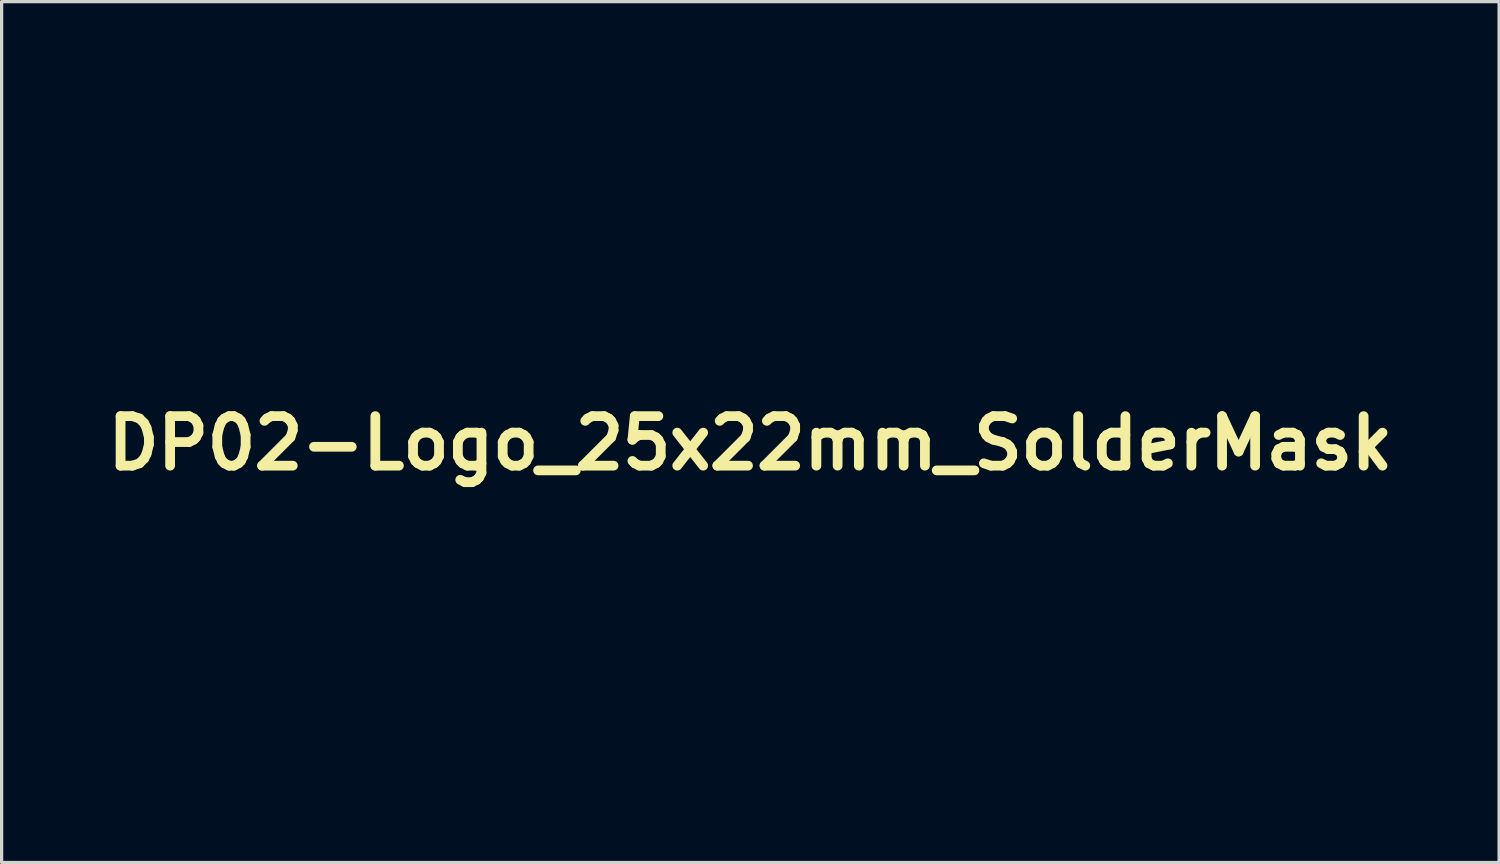
<source format=kicad_pcb>
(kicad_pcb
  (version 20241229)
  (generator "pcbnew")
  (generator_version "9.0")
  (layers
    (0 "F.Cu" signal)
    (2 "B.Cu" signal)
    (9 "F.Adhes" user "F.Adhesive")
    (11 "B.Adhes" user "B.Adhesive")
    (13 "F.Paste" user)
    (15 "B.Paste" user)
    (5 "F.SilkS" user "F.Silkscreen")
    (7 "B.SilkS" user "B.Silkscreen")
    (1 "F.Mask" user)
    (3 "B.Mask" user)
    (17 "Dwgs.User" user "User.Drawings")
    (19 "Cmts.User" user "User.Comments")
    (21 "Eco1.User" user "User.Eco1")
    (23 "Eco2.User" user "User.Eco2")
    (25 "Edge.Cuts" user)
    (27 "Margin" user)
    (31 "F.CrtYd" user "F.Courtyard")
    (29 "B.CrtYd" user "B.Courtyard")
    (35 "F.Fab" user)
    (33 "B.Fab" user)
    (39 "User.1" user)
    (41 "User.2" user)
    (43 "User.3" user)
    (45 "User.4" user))
  (footprint "DP02-Logo_25x22mm_SolderMask"
    (layer "F.Cu")
    (at 20.037 10.588)
    (property "Reference" "DP02-Logo_25x22mm_SolderMask" (at 0 0 0) (layer "F.SilkS") (effects (font (size 1.524 1.524) (thickness 0.3))))
    (attr through_hole)
    (fp_poly (pts (xy -9.821 -0.889) (xy -9.864 -0.847) (xy -9.906 -0.889) (xy -9.864 -0.931) (xy -9.821 -0.889)) (stroke (width 0.01) (type solid)) (fill yes) (layer "F.Mask"))
    (fp_poly (pts (xy -9.483 -0.889) (xy -9.525 -0.847) (xy -9.567 -0.889) (xy -9.525 -0.931) (xy -9.483 -0.889)) (stroke (width 0.01) (type solid)) (fill yes) (layer "F.Mask"))
    (fp_poly (pts (xy -8.467 -1.058) (xy -8.509 -1.016) (xy -8.551 -1.058) (xy -8.509 -1.101) (xy -8.467 -1.058)) (stroke (width 0.01) (type solid)) (fill yes) (layer "F.Mask"))
    (fp_poly (pts (xy -8.297 5.715) (xy -8.34 5.757) (xy -8.382 5.715) (xy -8.34 5.673) (xy -8.297 5.715)) (stroke (width 0.01) (type solid)) (fill yes) (layer "F.Mask"))
    (fp_poly (pts (xy -7.705 -5.292) (xy -7.747 -5.249) (xy -7.789 -5.292) (xy -7.747 -5.334) (xy -7.705 -5.292)) (stroke (width 0.01) (type solid)) (fill yes) (layer "F.Mask"))
    (fp_poly (pts (xy -7.705 -5.038) (xy -7.747 -4.995) (xy -7.789 -5.038) (xy -7.747 -5.08) (xy -7.705 -5.038)) (stroke (width 0.01) (type solid)) (fill yes) (layer "F.Mask"))
    (fp_poly (pts (xy -7.451 -1.566) (xy -7.493 -1.524) (xy -7.535 -1.566) (xy -7.493 -1.609) (xy -7.451 -1.566)) (stroke (width 0.01) (type solid)) (fill yes) (layer "F.Mask"))
    (fp_poly (pts (xy -7.112 6.646) (xy -7.154 6.689) (xy -7.197 6.646) (xy -7.154 6.604) (xy -7.112 6.646)) (stroke (width 0.01) (type solid)) (fill yes) (layer "F.Mask"))
    (fp_poly (pts (xy -6.943 -2.413) (xy -6.985 -2.371) (xy -7.027 -2.413) (xy -6.985 -2.455) (xy -6.943 -2.413)) (stroke (width 0.01) (type solid)) (fill yes) (layer "F.Mask"))
    (fp_poly (pts (xy -6.773 5.969) (xy -6.816 6.011) (xy -6.858 5.969) (xy -6.816 5.927) (xy -6.773 5.969)) (stroke (width 0.01) (type solid)) (fill yes) (layer "F.Mask"))
    (fp_poly (pts (xy -6.689 -2.413) (xy -6.731 -2.371) (xy -6.773 -2.413) (xy -6.731 -2.455) (xy -6.689 -2.413)) (stroke (width 0.01) (type solid)) (fill yes) (layer "F.Mask"))
    (fp_poly (pts (xy -6.435 -1.228) (xy -6.477 -1.185) (xy -6.519 -1.228) (xy -6.477 -1.27) (xy -6.435 -1.228)) (stroke (width 0.01) (type solid)) (fill yes) (layer "F.Mask"))
    (fp_poly (pts (xy -6.265 -3.598) (xy -6.308 -3.556) (xy -6.35 -3.598) (xy -6.308 -3.641) (xy -6.265 -3.598)) (stroke (width 0.01) (type solid)) (fill yes) (layer "F.Mask"))
    (fp_poly (pts (xy -6.265 -3.26) (xy -6.308 -3.217) (xy -6.35 -3.26) (xy -6.308 -3.302) (xy -6.265 -3.26)) (stroke (width 0.01) (type solid)) (fill yes) (layer "F.Mask"))
    (fp_poly (pts (xy -5.334 -2.582) (xy -5.376 -2.54) (xy -5.419 -2.582) (xy -5.376 -2.625) (xy -5.334 -2.582)) (stroke (width 0.01) (type solid)) (fill yes) (layer "F.Mask"))
    (fp_poly (pts (xy -5.08 -2.413) (xy -5.122 -2.371) (xy -5.165 -2.413) (xy -5.122 -2.455) (xy -5.08 -2.413)) (stroke (width 0.01) (type solid)) (fill yes) (layer "F.Mask"))
    (fp_poly (pts (xy -5.08 -0.381) (xy -5.122 -0.339) (xy -5.165 -0.381) (xy -5.122 -0.423) (xy -5.08 -0.381)) (stroke (width 0.01) (type solid)) (fill yes) (layer "F.Mask"))
    (fp_poly (pts (xy -4.826 -2.328) (xy -4.868 -2.286) (xy -4.911 -2.328) (xy -4.868 -2.371) (xy -4.826 -2.328)) (stroke (width 0.01) (type solid)) (fill yes) (layer "F.Mask"))
    (fp_poly (pts (xy -4.826 -0.296) (xy -4.868 -0.254) (xy -4.911 -0.296) (xy -4.868 -0.339) (xy -4.826 -0.296)) (stroke (width 0.01) (type solid)) (fill yes) (layer "F.Mask"))
    (fp_poly (pts (xy -4.572 7.662) (xy -4.614 7.705) (xy -4.657 7.662) (xy -4.614 7.62) (xy -4.572 7.662)) (stroke (width 0.01) (type solid)) (fill yes) (layer "F.Mask"))
    (fp_poly (pts (xy -4.233 1.397) (xy -4.276 1.439) (xy -4.318 1.397) (xy -4.276 1.355) (xy -4.233 1.397)) (stroke (width 0.01) (type solid)) (fill yes) (layer "F.Mask"))
    (fp_poly (pts (xy -4.149 7.578) (xy -4.191 7.62) (xy -4.233 7.578) (xy -4.191 7.535) (xy -4.149 7.578)) (stroke (width 0.01) (type solid)) (fill yes) (layer "F.Mask"))
    (fp_poly (pts (xy -4.064 -1.312) (xy -4.106 -1.27) (xy -4.149 -1.312) (xy -4.106 -1.355) (xy -4.064 -1.312)) (stroke (width 0.01) (type solid)) (fill yes) (layer "F.Mask"))
    (fp_poly (pts (xy -3.471 2.836) (xy -3.514 2.879) (xy -3.556 2.836) (xy -3.514 2.794) (xy -3.471 2.836)) (stroke (width 0.01) (type solid)) (fill yes) (layer "F.Mask"))
    (fp_poly (pts (xy -3.302 -1.82) (xy -3.344 -1.778) (xy -3.387 -1.82) (xy -3.344 -1.863) (xy -3.302 -1.82)) (stroke (width 0.01) (type solid)) (fill yes) (layer "F.Mask"))
    (fp_poly (pts (xy -3.302 -1.228) (xy -3.344 -1.185) (xy -3.387 -1.228) (xy -3.344 -1.27) (xy -3.302 -1.228)) (stroke (width 0.01) (type solid)) (fill yes) (layer "F.Mask"))
    (fp_poly (pts (xy -3.133 7.578) (xy -3.175 7.62) (xy -3.217 7.578) (xy -3.175 7.535) (xy -3.133 7.578)) (stroke (width 0.01) (type solid)) (fill yes) (layer "F.Mask"))
    (fp_poly (pts (xy -2.879 5.63) (xy -2.921 5.673) (xy -2.963 5.63) (xy -2.921 5.588) (xy -2.879 5.63)) (stroke (width 0.01) (type solid)) (fill yes) (layer "F.Mask"))
    (fp_poly (pts (xy -2.709 -1.143) (xy -2.752 -1.101) (xy -2.794 -1.143) (xy -2.752 -1.185) (xy -2.709 -1.143)) (stroke (width 0.01) (type solid)) (fill yes) (layer "F.Mask"))
    (fp_poly (pts (xy -2.455 5.63) (xy -2.498 5.673) (xy -2.54 5.63) (xy -2.498 5.588) (xy -2.455 5.63)) (stroke (width 0.01) (type solid)) (fill yes) (layer "F.Mask"))
    (fp_poly (pts (xy -1.863 -1.736) (xy -1.905 -1.693) (xy -1.947 -1.736) (xy -1.905 -1.778) (xy -1.863 -1.736)) (stroke (width 0.01) (type solid)) (fill yes) (layer "F.Mask"))
    (fp_poly (pts (xy -1.863 4.784) (xy -1.905 4.826) (xy -1.947 4.784) (xy -1.905 4.741) (xy -1.863 4.784)) (stroke (width 0.01) (type solid)) (fill yes) (layer "F.Mask"))
    (fp_poly (pts (xy -1.778 -0.635) (xy -1.82 -0.593) (xy -1.863 -0.635) (xy -1.82 -0.677) (xy -1.778 -0.635)) (stroke (width 0.01) (type solid)) (fill yes) (layer "F.Mask"))
    (fp_poly (pts (xy -1.609 7.493) (xy -1.651 7.535) (xy -1.693 7.493) (xy -1.651 7.451) (xy -1.609 7.493)) (stroke (width 0.01) (type solid)) (fill yes) (layer "F.Mask"))
    (fp_poly (pts (xy -1.524 -3.768) (xy -1.566 -3.725) (xy -1.609 -3.768) (xy -1.566 -3.81) (xy -1.524 -3.768)) (stroke (width 0.01) (type solid)) (fill yes) (layer "F.Mask"))
    (fp_poly (pts (xy -1.439 -1.482) (xy -1.482 -1.439) (xy -1.524 -1.482) (xy -1.482 -1.524) (xy -1.439 -1.482)) (stroke (width 0.01) (type solid)) (fill yes) (layer "F.Mask"))
    (fp_poly (pts (xy -1.439 3.429) (xy -1.482 3.471) (xy -1.524 3.429) (xy -1.482 3.387) (xy -1.439 3.429)) (stroke (width 0.01) (type solid)) (fill yes) (layer "F.Mask"))
    (fp_poly (pts (xy -1.439 7.239) (xy -1.482 7.281) (xy -1.524 7.239) (xy -1.482 7.197) (xy -1.439 7.239)) (stroke (width 0.01) (type solid)) (fill yes) (layer "F.Mask"))
    (fp_poly (pts (xy -1.185 3.344) (xy -1.228 3.387) (xy -1.27 3.344) (xy -1.228 3.302) (xy -1.185 3.344)) (stroke (width 0.01) (type solid)) (fill yes) (layer "F.Mask"))
    (fp_poly (pts (xy -0.931 -6.985) (xy -0.974 -6.943) (xy -1.016 -6.985) (xy -0.974 -7.027) (xy -0.931 -6.985)) (stroke (width 0.01) (type solid)) (fill yes) (layer "F.Mask"))
    (fp_poly (pts (xy -0.762 8.594) (xy -0.804 8.636) (xy -0.847 8.594) (xy -0.804 8.551) (xy -0.762 8.594)) (stroke (width 0.01) (type solid)) (fill yes) (layer "F.Mask"))
    (fp_poly (pts (xy -0.508 -1.312) (xy -0.55 -1.27) (xy -0.593 -1.312) (xy -0.55 -1.355) (xy -0.508 -1.312)) (stroke (width 0.01) (type solid)) (fill yes) (layer "F.Mask"))
    (fp_poly (pts (xy -0.508 -0.889) (xy -0.55 -0.847) (xy -0.593 -0.889) (xy -0.55 -0.931) (xy -0.508 -0.889)) (stroke (width 0.01) (type solid)) (fill yes) (layer "F.Mask"))
    (fp_poly (pts (xy -0.508 -0.127) (xy -0.55 -0.085) (xy -0.593 -0.127) (xy -0.55 -0.169) (xy -0.508 -0.127)) (stroke (width 0.01) (type solid)) (fill yes) (layer "F.Mask"))
    (fp_poly (pts (xy -0.423 7.493) (xy -0.466 7.535) (xy -0.508 7.493) (xy -0.466 7.451) (xy -0.423 7.493)) (stroke (width 0.01) (type solid)) (fill yes) (layer "F.Mask"))
    (fp_poly (pts (xy 0.254 5.969) (xy 0.212 6.011) (xy 0.169 5.969) (xy 0.212 5.927) (xy 0.254 5.969)) (stroke (width 0.01) (type solid)) (fill yes) (layer "F.Mask"))
    (fp_poly (pts (xy 0.508 -8.17) (xy 0.466 -8.128) (xy 0.423 -8.17) (xy 0.466 -8.213) (xy 0.508 -8.17)) (stroke (width 0.01) (type solid)) (fill yes) (layer "F.Mask"))
    (fp_poly (pts (xy 0.508 -3.852) (xy 0.466 -3.81) (xy 0.423 -3.852) (xy 0.466 -3.895) (xy 0.508 -3.852)) (stroke (width 0.01) (type solid)) (fill yes) (layer "F.Mask"))
    (fp_poly (pts (xy 0.593 4.106) (xy 0.55 4.149) (xy 0.508 4.106) (xy 0.55 4.064) (xy 0.593 4.106)) (stroke (width 0.01) (type solid)) (fill yes) (layer "F.Mask"))
    (fp_poly (pts (xy 0.847 -9.864) (xy 0.804 -9.821) (xy 0.762 -9.864) (xy 0.804 -9.906) (xy 0.847 -9.864)) (stroke (width 0.01) (type solid)) (fill yes) (layer "F.Mask"))
    (fp_poly (pts (xy 0.931 -8.932) (xy 0.889 -8.89) (xy 0.847 -8.932) (xy 0.889 -8.975) (xy 0.931 -8.932)) (stroke (width 0.01) (type solid)) (fill yes) (layer "F.Mask"))
    (fp_poly (pts (xy 1.101 7.662) (xy 1.058 7.705) (xy 1.016 7.662) (xy 1.058 7.62) (xy 1.101 7.662)) (stroke (width 0.01) (type solid)) (fill yes) (layer "F.Mask"))
    (fp_poly (pts (xy 1.778 7.239) (xy 1.736 7.281) (xy 1.693 7.239) (xy 1.736 7.197) (xy 1.778 7.239)) (stroke (width 0.01) (type solid)) (fill yes) (layer "F.Mask"))
    (fp_poly (pts (xy 1.863 0.804) (xy 1.82 0.847) (xy 1.778 0.804) (xy 1.82 0.762) (xy 1.863 0.804)) (stroke (width 0.01) (type solid)) (fill yes) (layer "F.Mask"))
    (fp_poly (pts (xy 2.201 -9.779) (xy 2.159 -9.737) (xy 2.117 -9.779) (xy 2.159 -9.821) (xy 2.201 -9.779)) (stroke (width 0.01) (type solid)) (fill yes) (layer "F.Mask"))
    (fp_poly (pts (xy 2.286 -10.456) (xy 2.244 -10.414) (xy 2.201 -10.456) (xy 2.244 -10.499) (xy 2.286 -10.456)) (stroke (width 0.01) (type solid)) (fill yes) (layer "F.Mask"))
    (fp_poly (pts (xy 2.286 -0.804) (xy 2.244 -0.762) (xy 2.201 -0.804) (xy 2.244 -0.847) (xy 2.286 -0.804)) (stroke (width 0.01) (type solid)) (fill yes) (layer "F.Mask"))
    (fp_poly (pts (xy 2.286 0.889) (xy 2.244 0.931) (xy 2.201 0.889) (xy 2.244 0.847) (xy 2.286 0.889)) (stroke (width 0.01) (type solid)) (fill yes) (layer "F.Mask"))
    (fp_poly (pts (xy 2.286 3.006) (xy 2.244 3.048) (xy 2.201 3.006) (xy 2.244 2.963) (xy 2.286 3.006)) (stroke (width 0.01) (type solid)) (fill yes) (layer "F.Mask"))
    (fp_poly (pts (xy 2.286 7.493) (xy 2.244 7.535) (xy 2.201 7.493) (xy 2.244 7.451) (xy 2.286 7.493)) (stroke (width 0.01) (type solid)) (fill yes) (layer "F.Mask"))
    (fp_poly (pts (xy 2.371 6.138) (xy 2.328 6.181) (xy 2.286 6.138) (xy 2.328 6.096) (xy 2.371 6.138)) (stroke (width 0.01) (type solid)) (fill yes) (layer "F.Mask"))
    (fp_poly (pts (xy 2.54 0.466) (xy 2.498 0.508) (xy 2.455 0.466) (xy 2.498 0.423) (xy 2.54 0.466)) (stroke (width 0.01) (type solid)) (fill yes) (layer "F.Mask"))
    (fp_poly (pts (xy 2.54 1.058) (xy 2.498 1.101) (xy 2.455 1.058) (xy 2.498 1.016) (xy 2.54 1.058)) (stroke (width 0.01) (type solid)) (fill yes) (layer "F.Mask"))
    (fp_poly (pts (xy 2.625 0.889) (xy 2.582 0.931) (xy 2.54 0.889) (xy 2.582 0.847) (xy 2.625 0.889)) (stroke (width 0.01) (type solid)) (fill yes) (layer "F.Mask"))
    (fp_poly (pts (xy 2.794 0.296) (xy 2.752 0.339) (xy 2.709 0.296) (xy 2.752 0.254) (xy 2.794 0.296)) (stroke (width 0.01) (type solid)) (fill yes) (layer "F.Mask"))
    (fp_poly (pts (xy 2.879 7.493) (xy 2.836 7.535) (xy 2.794 7.493) (xy 2.836 7.451) (xy 2.879 7.493)) (stroke (width 0.01) (type solid)) (fill yes) (layer "F.Mask"))
    (fp_poly (pts (xy 3.048 0.296) (xy 3.006 0.339) (xy 2.963 0.296) (xy 3.006 0.254) (xy 3.048 0.296)) (stroke (width 0.01) (type solid)) (fill yes) (layer "F.Mask"))
    (fp_poly (pts (xy 3.048 7.408) (xy 3.006 7.451) (xy 2.963 7.408) (xy 3.006 7.366) (xy 3.048 7.408)) (stroke (width 0.01) (type solid)) (fill yes) (layer "F.Mask"))
    (fp_poly (pts (xy 3.641 1.82) (xy 3.598 1.863) (xy 3.556 1.82) (xy 3.598 1.778) (xy 3.641 1.82)) (stroke (width 0.01) (type solid)) (fill yes) (layer "F.Mask"))
    (fp_poly (pts (xy 3.81 -0.974) (xy 3.768 -0.931) (xy 3.725 -0.974) (xy 3.768 -1.016) (xy 3.81 -0.974)) (stroke (width 0.01) (type solid)) (fill yes) (layer "F.Mask"))
    (fp_poly (pts (xy 3.81 1.736) (xy 3.768 1.778) (xy 3.725 1.736) (xy 3.768 1.693) (xy 3.81 1.736)) (stroke (width 0.01) (type solid)) (fill yes) (layer "F.Mask"))
    (fp_poly (pts (xy 3.895 1.228) (xy 3.852 1.27) (xy 3.81 1.228) (xy 3.852 1.185) (xy 3.895 1.228)) (stroke (width 0.01) (type solid)) (fill yes) (layer "F.Mask"))
    (fp_poly (pts (xy 3.979 5.715) (xy 3.937 5.757) (xy 3.895 5.715) (xy 3.937 5.673) (xy 3.979 5.715)) (stroke (width 0.01) (type solid)) (fill yes) (layer "F.Mask"))
    (fp_poly (pts (xy 4.149 -10.541) (xy 4.106 -10.499) (xy 4.064 -10.541) (xy 4.106 -10.583) (xy 4.149 -10.541)) (stroke (width 0.01) (type solid)) (fill yes) (layer "F.Mask"))
    (fp_poly (pts (xy 4.149 1.651) (xy 4.106 1.693) (xy 4.064 1.651) (xy 4.106 1.609) (xy 4.149 1.651)) (stroke (width 0.01) (type solid)) (fill yes) (layer "F.Mask"))
    (fp_poly (pts (xy 4.403 0.889) (xy 4.36 0.931) (xy 4.318 0.889) (xy 4.36 0.847) (xy 4.403 0.889)) (stroke (width 0.01) (type solid)) (fill yes) (layer "F.Mask"))
    (fp_poly (pts (xy 4.741 7.408) (xy 4.699 7.451) (xy 4.657 7.408) (xy 4.699 7.366) (xy 4.741 7.408)) (stroke (width 0.01) (type solid)) (fill yes) (layer "F.Mask"))
    (fp_poly (pts (xy 5.08 -0.381) (xy 5.038 -0.339) (xy 4.995 -0.381) (xy 5.038 -0.423) (xy 5.08 -0.381)) (stroke (width 0.01) (type solid)) (fill yes) (layer "F.Mask"))
    (fp_poly (pts (xy 5.503 4.699) (xy 5.461 4.741) (xy 5.419 4.699) (xy 5.461 4.657) (xy 5.503 4.699)) (stroke (width 0.01) (type solid)) (fill yes) (layer "F.Mask"))
    (fp_poly (pts (xy 5.673 -1.566) (xy 5.63 -1.524) (xy 5.588 -1.566) (xy 5.63 -1.609) (xy 5.673 -1.566)) (stroke (width 0.01) (type solid)) (fill yes) (layer "F.Mask"))
    (fp_poly (pts (xy 5.757 7.493) (xy 5.715 7.535) (xy 5.673 7.493) (xy 5.715 7.451) (xy 5.757 7.493)) (stroke (width 0.01) (type solid)) (fill yes) (layer "F.Mask"))
    (fp_poly (pts (xy 6.265 -8.34) (xy 6.223 -8.297) (xy 6.181 -8.34) (xy 6.223 -8.382) (xy 6.265 -8.34)) (stroke (width 0.01) (type solid)) (fill yes) (layer "F.Mask"))
    (fp_poly (pts (xy 6.265 6.816) (xy 6.223 6.858) (xy 6.181 6.816) (xy 6.223 6.773) (xy 6.265 6.816)) (stroke (width 0.01) (type solid)) (fill yes) (layer "F.Mask"))
    (fp_poly (pts (xy 6.689 4.868) (xy 6.646 4.911) (xy 6.604 4.868) (xy 6.646 4.826) (xy 6.689 4.868)) (stroke (width 0.01) (type solid)) (fill yes) (layer "F.Mask"))
    (fp_poly (pts (xy 6.773 -0.974) (xy 6.731 -0.931) (xy 6.689 -0.974) (xy 6.731 -1.016) (xy 6.773 -0.974)) (stroke (width 0.01) (type solid)) (fill yes) (layer "F.Mask"))
    (fp_poly (pts (xy 6.943 -0.635) (xy 6.9 -0.593) (xy 6.858 -0.635) (xy 6.9 -0.677) (xy 6.943 -0.635)) (stroke (width 0.01) (type solid)) (fill yes) (layer "F.Mask"))
    (fp_poly (pts (xy 6.943 0.381) (xy 6.9 0.423) (xy 6.858 0.381) (xy 6.9 0.339) (xy 6.943 0.381)) (stroke (width 0.01) (type solid)) (fill yes) (layer "F.Mask"))
    (fp_poly (pts (xy 7.197 0.635) (xy 7.154 0.677) (xy 7.112 0.635) (xy 7.154 0.593) (xy 7.197 0.635)) (stroke (width 0.01) (type solid)) (fill yes) (layer "F.Mask"))
    (fp_poly (pts (xy 7.281 -0.635) (xy 7.239 -0.593) (xy 7.197 -0.635) (xy 7.239 -0.677) (xy 7.281 -0.635)) (stroke (width 0.01) (type solid)) (fill yes) (layer "F.Mask"))
    (fp_poly (pts (xy 7.451 -0.974) (xy 7.408 -0.931) (xy 7.366 -0.974) (xy 7.408 -1.016) (xy 7.451 -0.974)) (stroke (width 0.01) (type solid)) (fill yes) (layer "F.Mask"))
    (fp_poly (pts (xy 8.213 4.36) (xy 8.17 4.403) (xy 8.128 4.36) (xy 8.17 4.318) (xy 8.213 4.36)) (stroke (width 0.01) (type solid)) (fill yes) (layer "F.Mask"))
    (fp_poly (pts (xy 8.467 -1.312) (xy 8.424 -1.27) (xy 8.382 -1.312) (xy 8.424 -1.355) (xy 8.467 -1.312)) (stroke (width 0.01) (type solid)) (fill yes) (layer "F.Mask"))
    (fp_poly (pts (xy 9.229 5.038) (xy 9.186 5.08) (xy 9.144 5.038) (xy 9.186 4.995) (xy 9.229 5.038)) (stroke (width 0.01) (type solid)) (fill yes) (layer "F.Mask"))
    (fp_poly (pts (xy 10.075 -0.296) (xy 10.033 -0.254) (xy 9.991 -0.296) (xy 10.033 -0.339) (xy 10.075 -0.296)) (stroke (width 0.01) (type solid)) (fill yes) (layer "F.Mask"))
    (fp_poly (pts (xy 10.329 -8.594) (xy 10.287 -8.551) (xy 10.245 -8.594) (xy 10.287 -8.636) (xy 10.329 -8.594)) (stroke (width 0.01) (type solid)) (fill yes) (layer "F.Mask"))
    (fp_poly (pts (xy 10.414 -8.34) (xy 10.372 -8.297) (xy 10.329 -8.34) (xy 10.372 -8.382) (xy 10.414 -8.34)) (stroke (width 0.01) (type solid)) (fill yes) (layer "F.Mask"))
    (fp_poly (pts (xy 10.499 -8.17) (xy 10.456 -8.128) (xy 10.414 -8.17) (xy 10.456 -8.213) (xy 10.499 -8.17)) (stroke (width 0.01) (type solid)) (fill yes) (layer "F.Mask"))
    (fp_poly (pts (xy 10.837 -7.578) (xy 10.795 -7.535) (xy 10.753 -7.578) (xy 10.795 -7.62) (xy 10.837 -7.578)) (stroke (width 0.01) (type solid)) (fill yes) (layer "F.Mask"))
    (fp_poly (pts (xy 11.091 -7.916) (xy 11.049 -7.874) (xy 11.007 -7.916) (xy 11.049 -7.959) (xy 11.091 -7.916)) (stroke (width 0.01) (type solid)) (fill yes) (layer "F.Mask"))
    (fp_poly (pts (xy 11.091 -1.99) (xy 11.049 -1.947) (xy 11.007 -1.99) (xy 11.049 -2.032) (xy 11.091 -1.99)) (stroke (width 0.01) (type solid)) (fill yes) (layer "F.Mask"))
    (fp_poly (pts (xy -8.072 -0.988) (xy -8.083 -0.937) (xy -8.128 -0.931) (xy -8.198 -0.962) (xy -8.184 -0.988) (xy -8.084 -0.998) (xy -8.072 -0.988)) (stroke (width 0.01) (type solid)) (fill yes) (layer "F.Mask"))
    (fp_poly (pts (xy -4.346 7.394) (xy -4.358 7.445) (xy -4.403 7.451) (xy -4.472 7.42) (xy -4.459 7.394) (xy -4.359 7.384) (xy -4.346 7.394)) (stroke (width 0.01) (type solid)) (fill yes) (layer "F.Mask"))
    (fp_poly (pts (xy 7.761 5.955) (xy 7.749 6.005) (xy 7.705 6.011) (xy 7.635 5.98) (xy 7.648 5.955) (xy 7.749 5.945) (xy 7.761 5.955)) (stroke (width 0.01) (type solid)) (fill yes) (layer "F.Mask"))
    (fp_poly (pts (xy -9.75 -1.151) (xy -9.659 -1.066) (xy -9.678 -1.017) (xy -9.689 -1.016) (xy -9.761 -1.076) (xy -9.787 -1.114) (xy -9.797 -1.172) (xy -9.75 -1.151)) (stroke (width 0.01) (type solid)) (fill yes) (layer "F.Mask"))
    (fp_poly (pts (xy -2.468 5.368) (xy -2.378 5.453) (xy -2.396 5.503) (xy -2.408 5.503) (xy -2.48 5.443) (xy -2.506 5.406) (xy -2.516 5.348) (xy -2.468 5.368)) (stroke (width 0.01) (type solid)) (fill yes) (layer "F.Mask"))
    (fp_poly (pts (xy 2.578 7.503) (xy 2.697 7.571) (xy 2.677 7.616) (xy 2.63 7.62) (xy 2.515 7.559) (xy 2.498 7.536) (xy 2.512 7.488) (xy 2.578 7.503)) (stroke (width 0.01) (type solid)) (fill yes) (layer "F.Mask"))
    (fp_poly (pts (xy -3.413 -0.453) (xy -3.429 -0.423) (xy -3.509 -0.342) (xy -3.524 -0.339) (xy -3.529 -0.393) (xy -3.514 -0.423) (xy -3.434 -0.504) (xy -3.419 -0.508) (xy -3.413 -0.453)) (stroke (width 0.01) (type solid)) (fill yes) (layer "F.Mask"))
    (fp_poly (pts (xy -2.143 -1.893) (xy -2.159 -1.863) (xy -2.239 -1.782) (xy -2.254 -1.778) (xy -2.259 -1.833) (xy -2.244 -1.863) (xy -2.164 -1.944) (xy -2.149 -1.947) (xy -2.143 -1.893)) (stroke (width 0.01) (type solid)) (fill yes) (layer "F.Mask"))
    (fp_poly (pts (xy -1.551 -0.538) (xy -1.566 -0.508) (xy -1.646 -0.427) (xy -1.661 -0.423) (xy -1.667 -0.478) (xy -1.651 -0.508) (xy -1.571 -0.589) (xy -1.556 -0.593) (xy -1.551 -0.538)) (stroke (width 0.01) (type solid)) (fill yes) (layer "F.Mask"))
    (fp_poly (pts (xy -0.027 -1.131) (xy -0.042 -1.101) (xy -0.122 -1.02) (xy -0.137 -1.016) (xy -0.143 -1.071) (xy -0.127 -1.101) (xy -0.047 -1.182) (xy -0.032 -1.185) (xy -0.027 -1.131)) (stroke (width 0.01) (type solid)) (fill yes) (layer "F.Mask"))
    (fp_poly (pts (xy 2.852 5.304) (xy 2.836 5.334) (xy 2.757 5.415) (xy 2.742 5.419) (xy 2.736 5.364) (xy 2.752 5.334) (xy 2.831 5.253) (xy 2.846 5.249) (xy 2.852 5.304)) (stroke (width 0.01) (type solid)) (fill yes) (layer "F.Mask"))
    (fp_poly (pts (xy 6.831 0.224) (xy 6.816 0.254) (xy 6.736 0.335) (xy 6.721 0.339) (xy 6.715 0.284) (xy 6.731 0.254) (xy 6.811 0.173) (xy 6.826 0.169) (xy 6.831 0.224)) (stroke (width 0.01) (type solid)) (fill yes) (layer "F.Mask"))
    (fp_poly (pts (xy -3.831 -1.258) (xy -3.858 -1.066) (xy -3.926 -0.897) (xy -4.018 -0.765) (xy -4.101 -0.704) (xy -4.142 -0.749) (xy -4.142 -0.773) (xy -4.11 -0.927) (xy -4.041 -1.15) (xy -4.03 -1.181) (xy -3.939 -1.352) (xy -3.863 -1.372) (xy -3.831 -1.258)) (stroke (width 0.01) (type solid)) (fill yes) (layer "F.Mask"))
    (fp_poly (pts (xy -3.144 -1.036) (xy -3.133 -0.949) (xy -3.194 -0.81) (xy -3.394 -0.731) (xy -3.397 -0.73) (xy -3.643 -0.687) (xy -3.765 -0.691) (xy -3.807 -0.749) (xy -3.81 -0.799) (xy -3.789 -0.907) (xy -3.698 -0.977) (xy -3.495 -1.036) (xy -3.408 -1.055) (xy -3.219 -1.081) (xy -3.144 -1.036)) (stroke (width 0.01) (type solid)) (fill yes) (layer "F.Mask"))
    (fp_poly (pts (xy -3.855 -0.199) (xy -3.799 0.003) (xy -3.787 0.086) (xy -3.773 0.427) (xy -3.822 0.707) (xy -3.922 0.884) (xy -3.976 0.916) (xy -4.051 0.901) (xy -4.038 0.761) (xy -4.036 0.752) (xy -4.002 0.544) (xy -3.983 0.259) (xy -3.98 0.148) (xy -3.961 -0.121) (xy -3.914 -0.239) (xy -3.855 -0.199)) (stroke (width 0.01) (type solid)) (fill yes) (layer "F.Mask"))
    (fp_poly (pts (xy -6.048 -9.047) (xy -6.039 -9.045) (xy -5.751 -8.95) (xy -5.485 -8.838) (xy -5.466 -8.828) (xy -5.218 -8.7) (xy -5.509 -8.459) (xy -5.757 -8.281) (xy -5.929 -8.218) (xy -6.008 -8.274) (xy -6.011 -8.306) (xy -5.949 -8.362) (xy -5.88 -8.35) (xy -5.797 -8.347) (xy -5.837 -8.453) (xy -6.001 -8.669) (xy -6.003 -8.672) (xy -6.091 -8.787) (xy -6.062 -8.804) (xy -5.986 -8.778) (xy -5.882 -8.765) (xy -5.885 -8.806) (xy -6.008 -8.885) (xy -6.048 -8.89) (xy -6.193 -8.949) (xy -6.261 -9.012) (xy -6.304 -9.083) (xy -6.242 -9.094) (xy -6.048 -9.047)) (stroke (width 0.01) (type solid)) (fill yes) (layer "F.Mask"))
    (fp_poly (pts (xy 3.698 -10.336) (xy 4.137 -10.204) (xy 4.488 -10.051) (xy 4.726 -9.892) (xy 4.825 -9.74) (xy 4.826 -9.722) (xy 4.8 -9.6) (xy 4.763 -9.586) (xy 4.373 -9.781) (xy 4.078 -9.909) (xy 3.823 -9.984) (xy 3.555 -10.02) (xy 3.219 -10.031) (xy 3.048 -10.032) (xy 2.637 -10.026) (xy 2.338 -9.999) (xy 2.093 -9.942) (xy 1.846 -9.846) (xy 1.771 -9.811) (xy 1.371 -9.582) (xy 1.024 -9.306) (xy 0.765 -9.014) (xy 0.627 -8.742) (xy 0.622 -8.718) (xy 0.548 -8.547) (xy 0.417 -8.385) (xy 0.27 -8.264) (xy 0.143 -8.215) (xy 0.076 -8.269) (xy 0.075 -8.276) (xy 0.096 -8.637) (xy 0.237 -9.009) (xy 0.472 -9.323) (xy 0.494 -9.343) (xy 0.614 -9.49) (xy 0.643 -9.596) (xy 0.642 -9.652) (xy 0.654 -9.637) (xy 0.737 -9.644) (xy 0.905 -9.73) (xy 0.985 -9.781) (xy 1.509 -10.063) (xy 2.109 -10.266) (xy 2.733 -10.379) (xy 3.327 -10.393) (xy 3.698 -10.336)) (stroke (width 0.01) (type solid)) (fill yes) (layer "F.Mask"))
    (fp_poly (pts (xy 2.345 5.199) (xy 2.371 5.297) (xy 2.415 5.382) (xy 2.462 5.372) (xy 2.49 5.397) (xy 2.441 5.532) (xy 2.421 5.573) (xy 2.306 5.764) (xy 2.207 5.88) (xy 2.201 5.884) (xy 2.103 5.992) (xy 1.997 6.169) (xy 1.915 6.352) (xy 1.888 6.478) (xy 1.895 6.495) (xy 2 6.491) (xy 2.19 6.394) (xy 2.427 6.228) (xy 2.675 6.021) (xy 2.899 5.797) (xy 2.904 5.791) (xy 3.191 5.493) (xy 3.419 5.325) (xy 3.614 5.274) (xy 3.728 5.292) (xy 3.836 5.345) (xy 3.838 5.439) (xy 3.775 5.572) (xy 3.633 5.807) (xy 3.428 6.097) (xy 3.187 6.409) (xy 2.938 6.71) (xy 2.708 6.966) (xy 2.525 7.144) (xy 2.427 7.209) (xy 2.185 7.268) (xy 2.069 7.249) (xy 2.052 7.139) (xy 2.068 7.065) (xy 2.094 6.915) (xy 2.037 6.899) (xy 1.929 6.951) (xy 1.741 7.07) (xy 1.508 7.241) (xy 1.441 7.294) (xy 1.21 7.466) (xy 1.049 7.52) (xy 0.905 7.46) (xy 0.763 7.325) (xy 0.566 7.115) (xy 0.855 6.838) (xy 1.056 6.613) (xy 1.281 6.312) (xy 1.44 6.066) (xy 1.659 5.736) (xy 1.879 5.467) (xy 2.08 5.277) (xy 2.242 5.182) (xy 2.345 5.199)) (stroke (width 0.01) (type solid)) (fill yes) (layer "F.Mask"))
    (fp_poly (pts (xy -2.785 -2.523) (xy -2.679 -2.417) (xy -2.64 -2.299) (xy -2.585 -2.174) (xy -2.521 -2.171) (xy -2.469 -2.175) (xy -2.489 -2.131) (xy -2.504 -1.966) (xy -2.38 -1.796) (xy -2.14 -1.649) (xy -2.036 -1.61) (xy -1.798 -1.513) (xy -1.626 -1.41) (xy -1.597 -1.383) (xy -1.548 -1.303) (xy -1.594 -1.278) (xy -1.756 -1.308) (xy -2.048 -1.392) (xy -2.283 -1.458) (xy -2.392 -1.468) (xy -2.409 -1.421) (xy -2.399 -1.392) (xy -2.283 -1.277) (xy -2.213 -1.257) (xy -2.029 -1.24) (xy -1.974 -1.235) (xy -1.829 -1.177) (xy -1.807 -1.071) (xy -1.885 -0.955) (xy -2.043 -0.869) (xy -2.191 -0.847) (xy -2.414 -0.912) (xy -2.52 -1.015) (xy -2.604 -1.205) (xy -2.625 -1.316) (xy -2.666 -1.405) (xy -2.71 -1.397) (xy -2.806 -1.416) (xy -2.849 -1.483) (xy -2.909 -1.566) (xy -2.625 -1.566) (xy -2.582 -1.524) (xy -2.54 -1.566) (xy -2.582 -1.609) (xy -2.625 -1.566) (xy -2.909 -1.566) (xy -2.911 -1.569) (xy -2.965 -1.52) (xy -3.09 -1.451) (xy -3.309 -1.415) (xy -3.553 -1.415) (xy -3.75 -1.455) (xy -3.81 -1.49) (xy -3.85 -1.569) (xy -3.792 -1.585) (xy -3.546 -1.613) (xy -3.302 -1.669) (xy -3.121 -1.735) (xy -3.062 -1.782) (xy -3.013 -1.82) (xy -2.709 -1.82) (xy -2.667 -1.778) (xy -2.625 -1.82) (xy -2.667 -1.863) (xy -2.709 -1.82) (xy -3.013 -1.82) (xy -2.965 -1.857) (xy -2.922 -1.863) (xy -2.853 -1.913) (xy -2.843 -2.083) (xy -2.857 -2.213) (xy -2.876 -2.435) (xy -2.846 -2.524) (xy -2.785 -2.523)) (stroke (width 0.01) (type solid)) (fill yes) (layer "F.Mask"))
    (fp_poly (pts (xy 0.83 4.886) (xy 1.132 4.965) (xy 1.308 5.097) (xy 1.358 5.297) (xy 1.284 5.576) (xy 1.086 5.95) (xy 0.88 6.263) (xy 0.513 6.743) (xy 0.166 7.091) (xy -0.148 7.297) (xy -0.42 7.352) (xy -0.456 7.347) (xy -0.569 7.342) (xy -0.657 7.398) (xy -0.746 7.547) (xy -0.862 7.819) (xy -0.884 7.877) (xy -1.016 8.18) (xy -1.147 8.43) (xy -1.251 8.575) (xy -1.252 8.577) (xy -1.387 8.663) (xy -1.572 8.744) (xy -1.747 8.799) (xy -1.853 8.807) (xy -1.862 8.793) (xy -1.835 8.707) (xy -1.762 8.491) (xy -1.652 8.175) (xy -1.517 7.788) (xy -1.472 7.662) (xy -1.302 7.161) (xy -1.188 6.779) (xy -1.123 6.477) (xy -1.098 6.217) (xy -1.097 6.074) (xy -1.093 5.948) (xy -0.065 5.948) (xy -0.039 6.068) (xy 0.078 6.096) (xy 0.226 6.139) (xy 0.242 6.237) (xy 0.169 6.308) (xy 0.096 6.428) (xy 0.087 6.503) (xy 0.119 6.568) (xy 0.197 6.508) (xy 0.301 6.358) (xy 0.409 6.148) (xy 0.5 5.909) (xy 0.514 5.861) (xy 0.568 5.635) (xy 0.586 5.488) (xy 0.58 5.463) (xy 0.481 5.464) (xy 0.33 5.541) (xy 0.196 5.649) (xy 0.148 5.743) (xy 0.107 5.821) (xy 0.069 5.821) (xy -0.031 5.871) (xy -0.065 5.948) (xy -1.093 5.948) (xy -1.085 5.733) (xy -1.029 5.516) (xy -1 5.475) (xy -0.832 5.374) (xy -0.607 5.31) (xy -0.397 5.297) (xy -0.286 5.336) (xy -0.178 5.332) (xy 0.019 5.224) (xy 0.154 5.125) (xy 0.391 4.955) (xy 0.576 4.88) (xy 0.773 4.878) (xy 0.83 4.886)) (stroke (width 0.01) (type solid)) (fill yes) (layer "F.Mask"))
    (fp_poly (pts (xy -5.511 3.607) (xy -5.457 3.683) (xy -5.422 3.763) (xy -5.429 3.859) (xy -5.492 3.995) (xy -5.624 4.197) (xy -5.838 4.488) (xy -6.064 4.784) (xy -6.351 5.157) (xy -6.624 5.513) (xy -6.854 5.814) (xy -7.014 6.023) (xy -7.031 6.045) (xy -7.179 6.27) (xy -7.269 6.462) (xy -7.281 6.525) (xy -7.336 6.782) (xy -7.471 6.928) (xy -7.645 6.951) (xy -7.815 6.84) (xy -7.902 6.694) (xy -7.997 6.527) (xy -8.096 6.505) (xy -8.131 6.523) (xy -8.362 6.592) (xy -8.668 6.589) (xy -8.969 6.518) (xy -9.053 6.48) (xy -9.294 6.292) (xy -9.392 6.032) (xy -9.398 5.93) (xy -9.356 5.837) (xy -8.546 5.837) (xy -8.537 5.957) (xy -8.431 5.986) (xy -8.403 5.979) (xy -8.205 5.925) (xy -8.035 5.882) (xy -7.876 5.812) (xy -7.846 5.677) (xy -7.854 5.625) (xy -7.837 5.434) (xy -7.757 5.368) (xy -7.663 5.285) (xy -7.613 5.166) (xy -7.632 5.086) (xy -7.655 5.08) (xy -7.806 5.121) (xy -7.902 5.209) (xy -7.903 5.271) (xy -7.901 5.319) (xy -7.952 5.295) (xy -8.083 5.307) (xy -8.273 5.439) (xy -8.304 5.468) (xy -8.466 5.662) (xy -8.546 5.837) (xy -9.356 5.837) (xy -9.337 5.794) (xy -9.185 5.605) (xy -8.989 5.407) (xy -8.793 5.245) (xy -8.643 5.167) (xy -8.626 5.165) (xy -8.509 5.113) (xy -8.327 4.982) (xy -8.247 4.915) (xy -7.969 4.73) (xy -7.66 4.612) (xy -7.357 4.566) (xy -7.098 4.593) (xy -6.924 4.696) (xy -6.872 4.812) (xy -6.843 4.948) (xy -6.788 4.929) (xy -6.731 4.854) (xy -6.665 4.689) (xy -6.708 4.591) (xy -6.749 4.516) (xy -6.671 4.532) (xy -6.558 4.5) (xy -6.392 4.331) (xy -6.172 4.027) (xy -5.946 3.717) (xy -5.774 3.55) (xy -5.636 3.516) (xy -5.511 3.607)) (stroke (width 0.01) (type solid)) (fill yes) (layer "F.Mask"))
    (fp_poly (pts (xy 0.591 8.857) (xy 0.664 8.915) (xy 0.818 8.908) (xy 1.041 8.923) (xy 1.159 9.024) (xy 1.198 9.067) (xy 1.258 9.101) (xy 1.356 9.128) (xy 1.509 9.148) (xy 1.734 9.163) (xy 2.05 9.173) (xy 2.472 9.179) (xy 3.018 9.183) (xy 3.704 9.184) (xy 4.232 9.185) (xy 5.053 9.187) (xy 5.719 9.191) (xy 6.246 9.199) (xy 6.648 9.21) (xy 6.94 9.226) (xy 7.137 9.247) (xy 7.253 9.274) (xy 7.298 9.299) (xy 7.324 9.349) (xy 7.263 9.376) (xy 7.091 9.379) (xy 6.785 9.361) (xy 6.604 9.347) (xy 5.976 9.312) (xy 5.241 9.295) (xy 4.458 9.296) (xy 3.683 9.314) (xy 2.974 9.349) (xy 2.498 9.388) (xy 2.128 9.425) (xy 1.818 9.455) (xy 1.608 9.474) (xy 1.545 9.479) (xy 1.448 9.529) (xy 1.464 9.614) (xy 1.566 9.652) (xy 1.691 9.677) (xy 1.683 9.736) (xy 1.567 9.802) (xy 1.376 9.849) (xy 1.071 9.876) (xy 0.683 9.891) (xy 0.252 9.894) (xy -0.181 9.887) (xy -0.575 9.87) (xy -0.888 9.845) (xy -1.082 9.81) (xy -1.101 9.803) (xy -1.262 9.772) (xy -1.591 9.746) (xy -2.082 9.726) (xy -2.735 9.712) (xy -3.545 9.704) (xy -3.895 9.703) (xy -4.522 9.7) (xy -5.078 9.694) (xy -5.546 9.685) (xy -5.906 9.674) (xy -6.142 9.662) (xy -6.235 9.649) (xy -6.223 9.642) (xy -6.014 9.614) (xy -5.699 9.591) (xy -5.345 9.578) (xy -5.313 9.577) (xy -5.004 9.563) (xy -4.773 9.534) (xy -4.661 9.497) (xy -4.657 9.487) (xy -4.731 9.436) (xy -4.917 9.409) (xy -4.974 9.408) (xy -5.319 9.399) (xy -5.334 9.398) (xy -4.064 9.398) (xy -3.984 9.439) (xy -3.766 9.468) (xy -3.437 9.482) (xy -3.344 9.483) (xy -2.994 9.473) (xy -2.746 9.448) (xy -2.63 9.409) (xy -2.625 9.398) (xy -2.704 9.357) (xy -2.923 9.328) (xy -3.252 9.314) (xy -3.344 9.313) (xy -3.695 9.323) (xy -3.943 9.348) (xy -4.059 9.387) (xy -4.064 9.398) (xy -5.334 9.398) (xy -5.697 9.375) (xy -6.073 9.339) (xy -6.409 9.297) (xy -6.67 9.252) (xy -6.818 9.209) (xy -6.839 9.186) (xy -6.753 9.168) (xy -6.523 9.152) (xy -6.174 9.141) (xy -5.732 9.133) (xy -5.222 9.128) (xy -4.67 9.126) (xy -4.1 9.128) (xy -3.538 9.133) (xy -3.009 9.141) (xy -2.539 9.152) (xy -2.153 9.166) (xy -1.876 9.183) (xy -1.757 9.198) (xy -1.591 9.211) (xy -1.541 9.139) (xy -1.545 9.045) (xy -1.528 8.897) (xy -1.439 8.879) (xy -1.305 8.896) (xy -1.043 8.917) (xy -0.697 8.939) (xy -0.434 8.953) (xy -0.015 8.967) (xy 0.264 8.963) (xy 0.43 8.937) (xy 0.511 8.886) (xy 0.517 8.879) (xy 0.579 8.824) (xy 0.591 8.857)) (stroke (width 0.01) (type solid)) (fill yes) (layer "F.Mask"))
    (fp_poly (pts (xy 8.079 3.668) (xy 8.086 3.732) (xy 8.129 3.875) (xy 8.156 3.904) (xy 8.153 3.997) (xy 8.074 4.186) (xy 7.965 4.379) (xy 7.798 4.659) (xy 7.725 4.817) (xy 7.743 4.871) (xy 7.852 4.838) (xy 7.938 4.796) (xy 8.169 4.707) (xy 8.49 4.615) (xy 8.831 4.538) (xy 9.117 4.495) (xy 9.212 4.49) (xy 9.261 4.53) (xy 9.204 4.624) (xy 9.076 4.74) (xy 8.918 4.845) (xy 8.765 4.906) (xy 8.721 4.911) (xy 8.558 4.955) (xy 8.504 5.003) (xy 8.403 5.082) (xy 8.19 5.201) (xy 7.911 5.337) (xy 7.892 5.345) (xy 7.599 5.486) (xy 7.448 5.587) (xy 7.417 5.664) (xy 7.437 5.692) (xy 7.524 5.86) (xy 7.535 5.943) (xy 7.593 6.094) (xy 7.738 6.285) (xy 7.789 6.337) (xy 7.948 6.5) (xy 8.036 6.615) (xy 8.043 6.634) (xy 7.976 6.693) (xy 7.802 6.68) (xy 7.564 6.606) (xy 7.303 6.481) (xy 7.225 6.435) (xy 6.957 6.281) (xy 6.753 6.195) (xy 6.64 6.186) (xy 6.643 6.26) (xy 6.646 6.264) (xy 6.634 6.316) (xy 6.587 6.306) (xy 6.471 6.34) (xy 6.311 6.474) (xy 6.253 6.54) (xy 6.102 6.727) (xy 5.881 7.001) (xy 5.626 7.317) (xy 5.489 7.487) (xy 5.253 7.772) (xy 5.048 8.004) (xy 4.903 8.152) (xy 4.852 8.19) (xy 4.755 8.147) (xy 4.698 8.04) (xy 4.702 7.846) (xy 4.844 7.633) (xy 4.997 7.449) (xy 5.203 7.185) (xy 5.414 6.9) (xy 5.782 6.392) (xy 5.395 6.764) (xy 5.106 6.999) (xy 4.895 7.089) (xy 4.774 7.041) (xy 4.755 6.865) (xy 4.848 6.567) (xy 4.917 6.423) (xy 5.011 6.208) (xy 5.048 6.059) (xy 5.04 6.028) (xy 4.923 6.021) (xy 4.721 6.114) (xy 4.467 6.283) (xy 4.194 6.505) (xy 3.933 6.757) (xy 3.759 6.959) (xy 3.567 7.137) (xy 3.357 7.243) (xy 3.202 7.266) (xy 3.142 7.197) (xy 3.133 7.035) (xy 3.156 6.887) (xy 3.238 6.72) (xy 3.398 6.505) (xy 3.655 6.212) (xy 3.774 6.083) (xy 4.045 5.785) (xy 4.278 5.511) (xy 4.444 5.298) (xy 4.508 5.196) (xy 4.632 5.03) (xy 4.762 5.015) (xy 4.865 5.154) (xy 4.87 5.171) (xy 4.856 5.392) (xy 4.77 5.528) (xy 4.695 5.624) (xy 4.725 5.623) (xy 4.871 5.521) (xy 4.911 5.492) (xy 5.24 5.273) (xy 5.578 5.088) (xy 5.878 4.959) (xy 6.092 4.911) (xy 6.093 4.911) (xy 6.227 4.954) (xy 6.254 5.095) (xy 6.172 5.345) (xy 6.092 5.512) (xy 5.918 5.853) (xy 6.092 5.76) (xy 6.229 5.64) (xy 6.265 5.547) (xy 6.307 5.343) (xy 6.406 5.144) (xy 6.527 5.014) (xy 6.583 4.995) (xy 6.7 4.935) (xy 6.89 4.777) (xy 7.12 4.554) (xy 7.358 4.301) (xy 7.571 4.051) (xy 7.726 3.839) (xy 7.758 3.783) (xy 7.883 3.626) (xy 8.004 3.585) (xy 8.079 3.668)) (stroke (width 0.01) (type solid)) (fill yes) (layer "F.Mask"))
    (fp_poly (pts (xy -1.884 3.516) (xy -1.863 3.643) (xy -1.863 3.699) (xy -1.848 3.859) (xy -1.773 3.927) (xy -1.588 3.939) (xy -1.536 3.938) (xy -1.271 3.894) (xy -1.074 3.795) (xy -1.064 3.785) (xy -0.937 3.674) (xy -0.877 3.641) (xy -0.773 3.704) (xy -0.65 3.849) (xy -0.575 3.985) (xy -0.479 4.06) (xy -0.272 4.151) (xy -0.011 4.24) (xy 0.25 4.31) (xy 0.454 4.342) (xy 0.515 4.339) (xy 0.56 4.395) (xy 0.564 4.443) (xy 0.482 4.541) (xy 0.246 4.62) (xy -0.131 4.676) (xy -0.515 4.703) (xy -0.838 4.737) (xy -1.063 4.819) (xy -1.223 4.941) (xy -1.383 5.14) (xy -1.467 5.341) (xy -1.469 5.365) (xy -1.496 5.509) (xy -1.534 5.54) (xy -1.607 5.582) (xy -1.723 5.732) (xy -1.854 5.941) (xy -1.972 6.163) (xy -2.05 6.35) (xy -2.062 6.455) (xy -2.059 6.505) (xy -2.101 6.486) (xy -2.195 6.52) (xy -2.318 6.695) (xy -2.378 6.812) (xy -2.537 7.081) (xy -2.687 7.194) (xy -2.714 7.197) (xy -2.872 7.238) (xy -2.922 7.283) (xy -3.025 7.33) (xy -3.057 7.318) (xy -3.072 7.219) (xy -2.995 7.034) (xy -2.975 6.999) (xy -2.863 6.803) (xy -2.704 6.506) (xy -2.524 6.161) (xy -2.449 6.013) (xy -2.264 5.66) (xy -2.083 5.329) (xy -1.934 5.075) (xy -1.889 5.007) (xy -1.767 4.813) (xy -1.698 4.68) (xy -1.693 4.659) (xy -1.767 4.623) (xy -1.954 4.617) (xy -2.199 4.639) (xy -2.448 4.688) (xy -2.477 4.695) (xy -2.647 4.722) (xy -2.707 4.662) (xy -2.709 4.629) (xy -2.661 4.48) (xy -2.625 4.445) (xy -2.543 4.321) (xy -2.54 4.293) (xy -2.577 4.294) (xy -2.67 4.399) (xy -2.789 4.567) (xy -2.903 4.755) (xy -2.985 4.922) (xy -2.988 4.932) (xy -2.988 5.053) (xy -2.883 5.072) (xy -2.705 4.986) (xy -2.662 4.956) (xy -2.486 4.866) (xy -2.304 4.83) (xy -2.169 4.852) (xy -2.137 4.932) (xy -2.234 5.048) (xy -2.371 5.137) (xy -2.552 5.264) (xy -2.643 5.37) (xy -2.756 5.485) (xy -2.817 5.503) (xy -2.952 5.532) (xy -3.174 5.603) (xy -3.27 5.639) (xy -3.513 5.759) (xy -3.664 5.925) (xy -3.767 6.148) (xy -3.884 6.39) (xy -4.015 6.566) (xy -4.065 6.604) (xy -4.194 6.737) (xy -4.307 6.954) (xy -4.319 6.988) (xy -4.43 7.213) (xy -4.597 7.321) (xy -4.664 7.338) (xy -4.839 7.395) (xy -4.911 7.461) (xy -4.975 7.533) (xy -4.995 7.535) (xy -5.077 7.471) (xy -5.08 7.448) (xy -5.05 7.318) (xy -4.974 7.109) (xy -4.956 7.063) (xy -4.831 6.765) (xy -5.052 6.939) (xy -5.255 7.078) (xy -5.36 7.088) (xy -5.381 6.963) (xy -5.363 6.837) (xy -5.327 6.646) (xy -4.826 6.646) (xy -4.784 6.689) (xy -4.741 6.646) (xy -4.784 6.604) (xy -4.826 6.646) (xy -5.327 6.646) (xy -5.311 6.562) (xy -5.598 6.83) (xy -5.897 7.032) (xy -6.199 7.11) (xy -6.475 7.078) (xy -6.693 6.948) (xy -6.824 6.733) (xy -6.832 6.548) (xy -6.25 6.548) (xy -6.218 6.591) (xy -6.094 6.543) (xy -5.879 6.42) (xy -5.69 6.301) (xy -5.631 6.224) (xy -5.682 6.154) (xy -5.72 6.124) (xy -5.811 6.042) (xy -5.804 5.958) (xy -5.691 5.821) (xy -5.646 5.774) (xy -5.488 5.589) (xy -5.425 5.477) (xy -5.459 5.457) (xy -5.589 5.55) (xy -5.639 5.594) (xy -5.952 5.939) (xy -6.167 6.284) (xy -6.218 6.413) (xy -6.25 6.548) (xy -6.832 6.548) (xy -6.836 6.446) (xy -6.803 6.318) (xy -6.714 6.167) (xy -6.535 5.936) (xy -6.297 5.663) (xy -6.158 5.516) (xy -5.858 5.219) (xy -5.626 5.026) (xy -5.425 4.91) (xy -5.217 4.845) (xy -5.213 4.844) (xy -4.982 4.805) (xy -4.883 4.818) (xy -4.881 4.872) (xy -4.887 5.005) (xy -4.796 5.044) (xy -4.653 4.991) (xy -4.527 4.873) (xy -4.384 4.722) (xy -4.267 4.692) (xy -4.16 4.735) (xy -4.015 4.839) (xy -3.998 4.956) (xy -4.107 5.136) (xy -4.137 5.174) (xy -4.287 5.394) (xy -4.434 5.649) (xy -4.44 5.661) (xy -4.52 5.851) (xy -4.509 5.921) (xy -4.427 5.879) (xy -4.289 5.735) (xy -4.114 5.5) (xy -4.094 5.469) (xy -3.913 5.221) (xy -3.736 5.018) (xy -3.648 4.94) (xy -3.493 4.783) (xy -3.336 4.554) (xy -3.308 4.503) (xy -3.07 4.145) (xy -2.765 3.833) (xy -2.438 3.606) (xy -2.18 3.511) (xy -1.974 3.481) (xy -1.884 3.516)) (stroke (width 0.01) (type solid)) (fill yes) (layer "F.Mask"))
    (fp_poly (pts (xy -8.043 -9.164) (xy -8.156 -9.051) (xy -8.269 -8.972) (xy -8.614 -8.655) (xy -8.822 -8.241) (xy -8.89 -7.758) (xy -8.883 -7.513) (xy -8.849 -7.4) (xy -8.773 -7.38) (xy -8.721 -7.391) (xy -8.561 -7.393) (xy -8.497 -7.326) (xy -8.564 -7.231) (xy -8.575 -7.223) (xy -8.718 -7.097) (xy -8.875 -6.905) (xy -9.013 -6.696) (xy -9.098 -6.522) (xy -9.105 -6.439) (xy -9.114 -6.387) (xy -9.182 -6.402) (xy -9.295 -6.394) (xy -9.313 -6.337) (xy -9.382 -6.214) (xy -9.494 -6.137) (xy -9.621 -6.048) (xy -9.642 -5.983) (xy -9.683 -5.895) (xy -9.821 -5.787) (xy -9.925 -5.714) (xy -9.897 -5.703) (xy -9.885 -5.706) (xy -9.757 -5.71) (xy -9.757 -5.623) (xy -9.838 -5.52) (xy -9.882 -5.443) (xy -9.779 -5.419) (xy -9.754 -5.419) (xy -9.603 -5.37) (xy -9.567 -5.292) (xy -9.637 -5.184) (xy -9.716 -5.163) (xy -9.807 -5.145) (xy -9.755 -5.093) (xy -9.688 -4.967) (xy -9.701 -4.883) (xy -9.711 -4.765) (xy -9.677 -4.741) (xy -9.598 -4.67) (xy -9.503 -4.495) (xy -9.483 -4.446) (xy -9.308 -4.199) (xy -9.05 -4.083) (xy -8.742 -4.109) (xy -8.578 -4.179) (xy -8.54 -4.193) (xy -7.916 -4.193) (xy -7.535 -4.14) (xy -7.263 -4.113) (xy -7.037 -4.111) (xy -6.985 -4.116) (xy -6.755 -4.142) (xy -6.625 -4.148) (xy -6.468 -4.2) (xy -6.435 -4.286) (xy -6.462 -4.37) (xy -6.573 -4.393) (xy -6.795 -4.367) (xy -7.123 -4.315) (xy -7.474 -4.26) (xy -7.535 -4.251) (xy -7.916 -4.193) (xy -8.54 -4.193) (xy -8.395 -4.247) (xy -8.091 -4.324) (xy -7.716 -4.4) (xy -7.454 -4.443) (xy -7.009 -4.518) (xy -6.712 -4.59) (xy -6.541 -4.67) (xy -6.476 -4.766) (xy -6.494 -4.882) (xy -6.594 -4.987) (xy -6.749 -4.935) (xy -6.838 -4.858) (xy -6.94 -4.779) (xy -7.029 -4.805) (xy -7.16 -4.951) (xy -7.166 -4.959) (xy -7.225 -5.08) (xy -6.254 -5.08) (xy -6.25 -5.018) (xy -6.165 -4.908) (xy -5.947 -4.852) (xy -5.883 -4.846) (xy -5.588 -4.809) (xy -5.316 -4.753) (xy -5.292 -4.746) (xy -4.931 -4.672) (xy -4.706 -4.698) (xy -4.626 -4.783) (xy -4.611 -4.847) (xy -4.642 -4.896) (xy -4.746 -4.94) (xy -4.952 -4.987) (xy -5.286 -5.048) (xy -5.455 -5.078) (xy -5.837 -5.138) (xy -6.079 -5.16) (xy -6.209 -5.142) (xy -6.254 -5.08) (xy -7.225 -5.08) (xy -7.301 -5.236) (xy -7.303 -5.275) (xy -6.636 -5.275) (xy -6.519 -5.263) (xy -6.399 -5.276) (xy -6.413 -5.305) (xy -6.587 -5.317) (xy -6.625 -5.305) (xy -6.636 -5.275) (xy -7.303 -5.275) (xy -7.308 -5.376) (xy -7.197 -5.376) (xy -7.154 -5.334) (xy -7.112 -5.376) (xy -7.132 -5.397) (xy -5.757 -5.397) (xy -5.682 -5.348) (xy -5.491 -5.293) (xy -5.237 -5.241) (xy -4.974 -5.201) (xy -4.754 -5.184) (xy -4.648 -5.191) (xy -4.536 -5.199) (xy -4.528 -5.167) (xy -4.48 -5.115) (xy -4.312 -5.062) (xy -4.232 -5.047) (xy -4.021 -4.994) (xy -3.903 -4.926) (xy -3.895 -4.905) (xy -3.84 -4.86) (xy -3.789 -4.88) (xy -3.73 -4.9) (xy -3.789 -4.813) (xy -3.793 -4.808) (xy -3.851 -4.693) (xy -3.783 -4.592) (xy -3.711 -4.537) (xy -3.493 -4.426) (xy -3.321 -4.41) (xy -3.236 -4.488) (xy -3.235 -4.524) (xy -2.749 -4.524) (xy -2.748 -4.511) (xy -2.585 -4.501) (xy -2.561 -4.5) (xy -2.374 -4.465) (xy -2.287 -4.396) (xy -2.286 -4.389) (xy -2.251 -4.333) (xy -2.228 -4.348) (xy -2.225 -4.447) (xy -2.26 -4.495) (xy -2.403 -4.549) (xy -2.593 -4.549) (xy -2.749 -4.524) (xy -3.235 -4.524) (xy -3.235 -4.551) (xy -3.208 -4.665) (xy -3.15 -4.677) (xy -2.992 -4.696) (xy -2.874 -4.744) (xy -2.615 -4.789) (xy -2.42 -4.754) (xy -2.133 -4.675) (xy -1.961 -5.36) (xy -1.918 -5.546) (xy -1.355 -5.546) (xy -1.312 -5.503) (xy -1.27 -5.546) (xy -1.312 -5.588) (xy -1.355 -5.546) (xy -1.918 -5.546) (xy -1.894 -5.645) (xy -1.084 -5.645) (xy -1.084 -5.589) (xy -1.069 -5.588) (xy -0.998 -5.646) (xy -0.921 -5.736) (xy -0.847 -5.836) (xy -0.891 -5.815) (xy -0.953 -5.768) (xy -1.084 -5.645) (xy -1.894 -5.645) (xy -1.886 -5.681) (xy -1.863 -5.798) (xy -1.332 -5.798) (xy -1.325 -5.757) (xy -1.259 -5.82) (xy -1.149 -5.972) (xy -1.144 -5.979) (xy -1.071 -6.113) (xy -1.082 -6.149) (xy -1.091 -6.144) (xy -1.182 -6.053) (xy -1.274 -5.917) (xy -1.332 -5.798) (xy -1.863 -5.798) (xy -1.837 -5.936) (xy -1.821 -6.084) (xy -1.824 -6.102) (xy -1.919 -6.149) (xy -2.089 -6.201) (xy -1.487 -6.201) (xy -1.404 -6.187) (xy -1.294 -6.203) (xy -1.293 -6.232) (xy -1.406 -6.252) (xy -1.455 -6.239) (xy -1.487 -6.201) (xy -2.089 -6.201) (xy -2.131 -6.214) (xy -2.342 -6.265) (xy -0.931 -6.265) (xy -0.9 -6.196) (xy -0.875 -6.209) (xy -0.865 -6.309) (xy -0.875 -6.322) (xy -0.925 -6.31) (xy -0.931 -6.265) (xy -2.342 -6.265) (xy -2.364 -6.271) (xy -2.62 -6.339) (xy -2.787 -6.406) (xy -2.826 -6.451) (xy -2.875 -6.493) (xy -2.891 -6.495) (xy -1.764 -6.495) (xy -1.744 -6.448) (xy -1.659 -6.357) (xy -1.609 -6.375) (xy -1.609 -6.387) (xy -1.669 -6.459) (xy -1.706 -6.485) (xy -1.764 -6.495) (xy -2.891 -6.495) (xy -3.046 -6.518) (xy -3.149 -6.522) (xy -3.394 -6.536) (xy -3.748 -6.57) (xy -4.152 -6.619) (xy -4.353 -6.646) (xy -1.863 -6.646) (xy -1.82 -6.604) (xy -1.778 -6.646) (xy -1.82 -6.689) (xy -1.863 -6.646) (xy -4.353 -6.646) (xy -4.36 -6.647) (xy -4.797 -6.71) (xy -5.093 -6.748) (xy -5.276 -6.76) (xy -5.374 -6.744) (xy -5.412 -6.7) (xy -5.419 -6.625) (xy -5.419 -6.599) (xy -5.448 -6.48) (xy -5.495 -6.472) (xy -5.538 -6.416) (xy -5.597 -6.242) (xy -5.66 -5.999) (xy -5.716 -5.736) (xy -5.751 -5.502) (xy -5.757 -5.397) (xy -7.132 -5.397) (xy -7.154 -5.419) (xy -7.197 -5.376) (xy -7.308 -5.376) (xy -7.314 -5.503) (xy -6.858 -5.503) (xy -6.827 -5.434) (xy -6.802 -5.447) (xy -6.8 -5.461) (xy -6.265 -5.461) (xy -6.223 -5.419) (xy -6.181 -5.461) (xy -6.223 -5.503) (xy -6.265 -5.461) (xy -6.8 -5.461) (xy -6.791 -5.547) (xy -6.802 -5.56) (xy -6.852 -5.548) (xy -6.858 -5.503) (xy -7.314 -5.503) (xy -7.318 -5.594) (xy -7.31 -5.63) (xy -7.197 -5.63) (xy -7.154 -5.588) (xy -7.112 -5.63) (xy -7.154 -5.673) (xy -7.197 -5.63) (xy -7.31 -5.63) (xy -7.274 -5.8) (xy -6.858 -5.8) (xy -6.816 -5.757) (xy -6.773 -5.8) (xy -6.816 -5.842) (xy -6.858 -5.8) (xy -7.274 -5.8) (xy -7.255 -5.884) (xy -6.244 -5.884) (xy -6.237 -5.71) (xy -6.218 -5.665) (xy -6.207 -5.693) (xy -6.191 -5.896) (xy -6.205 -6.032) (xy -6.228 -6.078) (xy -6.242 -5.977) (xy -6.244 -5.884) (xy -7.255 -5.884) (xy -7.225 -6.023) (xy -6.773 -6.023) (xy -6.703 -5.982) (xy -6.562 -5.991) (xy -6.403 -6.03) (xy -6.35 -6.057) (xy -6.376 -6.147) (xy -6.401 -6.216) (xy -6.49 -6.335) (xy -6.575 -6.324) (xy -6.604 -6.223) (xy -6.65 -6.11) (xy -6.689 -6.096) (xy -6.771 -6.04) (xy -6.773 -6.023) (xy -7.225 -6.023) (xy -7.219 -6.053) (xy -7.182 -6.167) (xy -7.094 -6.392) (xy -6.773 -6.392) (xy -6.731 -6.35) (xy -6.689 -6.392) (xy -6.731 -6.435) (xy -6.773 -6.392) (xy -7.094 -6.392) (xy -7.07 -6.453) (xy -6.953 -6.617) (xy -6.788 -6.703) (xy -6.647 -6.736) (xy -6.44 -6.807) (xy -6.434 -6.816) (xy -1.947 -6.816) (xy -1.905 -6.773) (xy -1.863 -6.816) (xy -1.905 -6.858) (xy -1.947 -6.816) (xy -6.434 -6.816) (xy -6.341 -6.952) (xy -6.321 -7.027) (xy -6.223 -7.027) (xy -6.216 -6.949) (xy -6.186 -6.943) (xy -6.099 -7.004) (xy -6.096 -7.027) (xy -6.125 -7.11) (xy -6.133 -7.112) (xy -6.206 -7.053) (xy -6.223 -7.027) (xy -6.321 -7.027) (xy -6.316 -7.048) (xy -6.214 -7.347) (xy -6.048 -7.502) (xy -5.868 -7.535) (xy -5.638 -7.571) (xy -5.528 -7.62) (xy -4.439 -7.62) (xy -4.424 -7.58) (xy -4.278 -7.549) (xy -4.106 -7.527) (xy -3.839 -7.496) (xy -3.634 -7.471) (xy -3.574 -7.464) (xy -3.508 -7.49) (xy -3.553 -7.614) (xy -3.599 -7.832) (xy -2.709 -7.832) (xy -2.667 -7.789) (xy -2.625 -7.832) (xy -2.667 -7.874) (xy -2.709 -7.832) (xy -3.599 -7.832) (xy -3.601 -7.842) (xy -3.496 -8.018) (xy -3.327 -8.098) (xy -3.193 -8.151) (xy -3.218 -8.213) (xy -3.228 -8.219) (xy -3.38 -8.237) (xy -3.434 -8.209) (xy -3.543 -8.161) (xy -3.571 -8.171) (xy -3.634 -8.137) (xy -3.725 -8.001) (xy -3.861 -7.845) (xy -3.999 -7.789) (xy -4.199 -7.748) (xy -4.345 -7.684) (xy -4.439 -7.62) (xy -5.528 -7.62) (xy -5.441 -7.658) (xy -5.338 -7.768) (xy -5.334 -7.792) (xy -5.403 -7.865) (xy -5.461 -7.874) (xy -5.573 -7.917) (xy -5.566 -8.029) (xy -5.464 -8.188) (xy -5.29 -8.368) (xy -5.066 -8.545) (xy -4.816 -8.697) (xy -4.584 -8.792) (xy -4.054 -8.88) (xy -3.482 -8.859) (xy -3.013 -8.752) (xy -2.731 -8.621) (xy -2.443 -8.429) (xy -2.191 -8.213) (xy -2.012 -8.004) (xy -1.947 -7.842) (xy -2.014 -7.693) (xy -2.176 -7.634) (xy -2.373 -7.687) (xy -2.382 -7.692) (xy -2.505 -7.747) (xy -2.54 -7.686) (xy -2.54 -7.673) (xy -2.48 -7.524) (xy -2.413 -7.451) (xy -2.305 -7.305) (xy -2.286 -7.227) (xy -2.213 -7.126) (xy -2.053 -7.061) (xy -1.765 -6.958) (xy -1.537 -6.754) (xy -1.417 -6.586) (xy -1.271 -6.357) (xy -1.059 -6.569) (xy -0.916 -6.744) (xy -0.848 -6.889) (xy -0.847 -6.901) (xy -0.818 -7.041) (xy -0.745 -7.28) (xy -0.666 -7.504) (xy -0.562 -7.765) (xy -0.491 -7.888) (xy -0.431 -7.899) (xy -0.378 -7.841) (xy -0.301 -7.657) (xy -0.298 -7.552) (xy -0.326 -7.392) (xy -0.332 -7.345) (xy -0.408 -7.288) (xy -0.466 -7.281) (xy -0.57 -7.213) (xy -0.586 -7.133) (xy -0.564 -7.053) (xy -0.537 -7.091) (xy -0.463 -7.203) (xy -0.407 -7.172) (xy -0.381 -7.023) (xy -0.394 -6.816) (xy -0.411 -6.566) (xy -0.38 -6.443) (xy -0.361 -6.435) (xy -0.305 -6.511) (xy -0.255 -6.706) (xy -0.235 -6.86) (xy -0.199 -7.152) (xy -0.149 -7.307) (xy -0.063 -7.354) (xy 0.08 -7.325) (xy 0.083 -7.324) (xy 0.184 -7.278) (xy 0.229 -7.192) (xy 0.227 -7.022) (xy 0.198 -6.787) (xy 0.153 -6.309) (xy 0.141 -5.778) (xy 0.158 -5.225) (xy 0.2 -4.68) (xy 0.264 -4.172) (xy 0.348 -3.731) (xy 0.446 -3.387) (xy 0.557 -3.17) (xy 0.607 -3.123) (xy 0.882 -3.016) (xy 1.319 -2.936) (xy 1.916 -2.882) (xy 2.668 -2.856) (xy 3.133 -2.853) (xy 3.701 -2.858) (xy 4.132 -2.869) (xy 4.457 -2.89) (xy 4.708 -2.923) (xy 4.918 -2.972) (xy 5.076 -3.023) (xy 5.341 -3.127) (xy 5.495 -3.23) (xy 5.538 -3.302) (xy 6.708 -3.302) (xy 6.717 -3.148) (xy 6.739 -3.13) (xy 6.747 -3.154) (xy 6.76 -3.369) (xy 6.747 -3.45) (xy 6.722 -3.477) (xy 6.709 -3.359) (xy 6.708 -3.302) (xy 5.538 -3.302) (xy 5.587 -3.382) (xy 5.66 -3.605) (xy 5.72 -3.921) (xy 5.746 -4.191) (xy 6.795 -4.191) (xy 6.801 -4.017) (xy 6.821 -3.972) (xy 6.832 -4) (xy 6.847 -4.203) (xy 6.833 -4.338) (xy 6.811 -4.385) (xy 6.797 -4.283) (xy 6.795 -4.191) (xy 5.746 -4.191) (xy 5.762 -4.364) (xy 5.779 -4.741) (xy 6.943 -4.741) (xy 6.974 -4.672) (xy 6.999 -4.685) (xy 7.009 -4.785) (xy 6.999 -4.798) (xy 6.949 -4.786) (xy 6.943 -4.741) (xy 5.779 -4.741) (xy 5.786 -4.894) (xy 5.789 -5.165) (xy 7.047 -5.165) (xy 7.056 -5.011) (xy 7.078 -4.992) (xy 7.086 -5.016) (xy 7.099 -5.231) (xy 7.086 -5.313) (xy 7.061 -5.339) (xy 7.048 -5.222) (xy 7.047 -5.165) (xy 5.789 -5.165) (xy 5.792 -5.47) (xy 5.785 -5.833) (xy 6.956 -5.833) (xy 6.99 -5.663) (xy 7.049 -5.588) (xy 7.05 -5.588) (xy 7.058 -5.662) (xy 7.043 -5.846) (xy 7.035 -5.905) (xy 7.004 -6.084) (xy 6.978 -6.102) (xy 6.961 -6.026) (xy 6.956 -5.833) (xy 5.785 -5.833) (xy 5.781 -6.051) (xy 5.752 -6.596) (xy 5.705 -7.065) (xy 5.645 -7.403) (xy 5.571 -7.717) (xy 5.544 -7.911) (xy 5.562 -8.029) (xy 5.623 -8.114) (xy 5.625 -8.116) (xy 5.758 -8.197) (xy 5.929 -8.161) (xy 5.961 -8.147) (xy 6.122 -7.995) (xy 6.264 -7.72) (xy 6.372 -7.368) (xy 6.43 -6.984) (xy 6.435 -6.843) (xy 6.459 -6.61) (xy 6.537 -6.521) (xy 6.557 -6.519) (xy 6.699 -6.453) (xy 6.757 -6.381) (xy 6.844 -6.3) (xy 6.891 -6.335) (xy 6.871 -6.441) (xy 6.748 -6.559) (xy 6.605 -6.701) (xy 6.542 -6.921) (xy 6.533 -7.048) (xy 6.501 -7.354) (xy 6.441 -7.641) (xy 6.429 -7.68) (xy 6.384 -7.916) (xy 6.435 -7.916) (xy 6.477 -7.874) (xy 6.519 -7.916) (xy 6.477 -7.959) (xy 6.435 -7.916) (xy 6.384 -7.916) (xy 6.363 -8.026) (xy 6.436 -8.303) (xy 6.66 -8.557) (xy 6.689 -8.581) (xy 6.912 -8.736) (xy 7.118 -8.792) (xy 7.354 -8.781) (xy 7.614 -8.726) (xy 7.815 -8.638) (xy 7.854 -8.607) (xy 7.918 -8.52) (xy 7.91 -8.421) (xy 7.813 -8.269) (xy 7.676 -8.097) (xy 7.508 -7.881) (xy 7.396 -7.714) (xy 7.367 -7.648) (xy 7.433 -7.563) (xy 7.596 -7.448) (xy 7.621 -7.433) (xy 7.81 -7.291) (xy 7.858 -7.14) (xy 7.762 -6.949) (xy 7.62 -6.787) (xy 7.463 -6.599) (xy 7.374 -6.448) (xy 7.366 -6.414) (xy 7.41 -6.257) (xy 7.524 -6.013) (xy 7.68 -5.732) (xy 7.848 -5.467) (xy 8.001 -5.267) (xy 8.007 -5.261) (xy 8.182 -5.029) (xy 8.309 -4.798) (xy 8.368 -4.611) (xy 8.333 -4.501) (xy 8.27 -4.445) (xy 8.158 -4.323) (xy 8.148 -4.17) (xy 8.247 -3.961) (xy 8.463 -3.667) (xy 8.495 -3.627) (xy 8.753 -3.282) (xy 8.891 -3.021) (xy 8.915 -2.82) (xy 8.833 -2.655) (xy 8.799 -2.618) (xy 8.583 -2.495) (xy 8.262 -2.461) (xy 7.821 -2.517) (xy 7.505 -2.591) (xy 7.208 -2.667) (xy 6.962 -2.727) (xy 6.84 -2.755) (xy 6.697 -2.707) (xy 6.573 -2.542) (xy 6.483 -2.308) (xy 6.442 -2.056) (xy 6.464 -1.838) (xy 6.54 -1.719) (xy 6.693 -1.635) (xy 6.963 -1.516) (xy 7.311 -1.376) (xy 7.695 -1.23) (xy 8.073 -1.095) (xy 8.404 -0.985) (xy 8.648 -0.916) (xy 8.74 -0.9) (xy 8.879 -0.91) (xy 8.982 -0.98) (xy 9.08 -1.145) (xy 9.179 -1.376) (xy 9.379 -1.863) (xy 9.119 -1.93) (xy 8.907 -2.01) (xy 8.824 -2.089) (xy 8.874 -2.137) (xy 9.061 -2.125) (xy 9.092 -2.119) (xy 9.294 -2.087) (xy 9.399 -2.134) (xy 9.473 -2.294) (xy 9.477 -2.305) (xy 9.551 -2.614) (xy 9.612 -3.054) (xy 9.659 -3.587) (xy 9.692 -4.177) (xy 9.707 -4.786) (xy 9.705 -5.375) (xy 9.685 -5.908) (xy 9.645 -6.346) (xy 9.606 -6.567) (xy 9.47 -7.081) (xy 9.297 -7.613) (xy 9.104 -8.119) (xy 8.909 -8.554) (xy 8.728 -8.874) (xy 8.705 -8.907) (xy 8.645 -9.047) (xy 8.66 -9.111) (xy 8.802 -9.142) (xy 9.036 -9.073) (xy 9.33 -8.921) (xy 9.653 -8.7) (xy 9.894 -8.499) (xy 10.364 -7.995) (xy 10.724 -7.423) (xy 10.976 -6.77) (xy 11.125 -6.024) (xy 11.173 -5.172) (xy 11.123 -4.199) (xy 11.043 -3.514) (xy 10.986 -3.083) (xy 10.936 -2.665) (xy 10.9 -2.319) (xy 10.887 -2.155) (xy 10.841 -1.795) (xy 10.751 -1.415) (xy 10.634 -1.066) (xy 10.508 -0.804) (xy 10.443 -0.719) (xy 10.249 -0.626) (xy 9.93 -0.587) (xy 9.518 -0.596) (xy 9.047 -0.65) (xy 8.552 -0.745) (xy 8.066 -0.876) (xy 7.622 -1.04) (xy 7.593 -1.053) (xy 7.312 -1.173) (xy 7.077 -1.264) (xy 6.958 -1.301) (xy 6.759 -1.357) (xy 6.646 -1.398) (xy 6.245 -1.559) (xy 5.965 -1.663) (xy 5.774 -1.716) (xy 5.635 -1.725) (xy 5.516 -1.696) (xy 5.381 -1.636) (xy 5.376 -1.634) (xy 5.187 -1.525) (xy 5.085 -1.431) (xy 5.08 -1.413) (xy 5.132 -1.393) (xy 5.211 -1.442) (xy 5.346 -1.506) (xy 5.439 -1.453) (xy 5.492 -1.371) (xy 5.432 -1.355) (xy 5.373 -1.32) (xy 5.442 -1.226) (xy 5.613 -1.088) (xy 5.863 -0.92) (xy 6.165 -0.737) (xy 6.496 -0.554) (xy 6.831 -0.386) (xy 7.145 -0.247) (xy 7.413 -0.152) (xy 7.474 -0.136) (xy 7.781 0.001) (xy 7.965 0.213) (xy 8.03 0.464) (xy 7.981 0.719) (xy 7.823 0.942) (xy 7.56 1.098) (xy 7.304 1.148) (xy 7.092 1.163) (xy 6.971 1.175) (xy 6.962 1.177) (xy 6.987 1.244) (xy 7.078 1.398) (xy 7.089 1.415) (xy 7.163 1.551) (xy 7.151 1.589) (xy 7.139 1.583) (xy 7.018 1.577) (xy 6.986 1.607) (xy 6.869 1.674) (xy 6.674 1.698) (xy 6.466 1.681) (xy 6.31 1.629) (xy 6.265 1.566) (xy 6.317 1.454) (xy 6.36 1.439) (xy 6.406 1.399) (xy 6.351 1.313) (xy 6.284 1.152) (xy 6.288 1.113) (xy 6.571 1.113) (xy 6.571 1.2) (xy 6.649 1.228) (xy 6.695 1.176) (xy 6.739 1.059) (xy 6.732 1.031) (xy 6.645 1.029) (xy 6.571 1.113) (xy 6.288 1.113) (xy 6.292 1.07) (xy 6.246 1.036) (xy 6.053 1.083) (xy 5.716 1.21) (xy 5.648 1.238) (xy 5.296 1.384) (xy 5.074 1.471) (xy 4.956 1.507) (xy 4.914 1.496) (xy 4.923 1.445) (xy 4.941 1.397) (xy 4.956 1.207) (xy 4.94 1.138) (xy 4.886 1.064) (xy 4.794 1.102) (xy 4.692 1.191) (xy 4.512 1.31) (xy 4.365 1.326) (xy 4.253 1.319) (xy 4.233 1.352) (xy 4.156 1.439) (xy 3.921 1.523) (xy 3.663 1.58) (xy 3.442 1.624) (xy 3.302 1.653) (xy 3.161 1.681) (xy 3.13 1.687) (xy 3.102 1.768) (xy 3.095 1.963) (xy 3.105 2.221) (xy 3.132 2.487) (xy 3.165 2.675) (xy 3.165 2.932) (xy 3.036 3.086) (xy 2.797 3.12) (xy 2.777 3.118) (xy 2.677 3.089) (xy 2.613 3.014) (xy 2.579 2.877) (xy 2.753 2.877) (xy 2.771 2.951) (xy 2.831 2.963) (xy 2.947 2.944) (xy 2.963 2.926) (xy 2.901 2.847) (xy 2.79 2.845) (xy 2.753 2.877) (xy 2.579 2.877) (xy 2.573 2.855) (xy 2.544 2.576) (xy 2.534 2.455) (xy 2.51 2.142) (xy 2.494 1.989) (xy 2.484 1.988) (xy 2.476 2.133) (xy 2.471 2.307) (xy 2.449 2.569) (xy 2.409 2.746) (xy 2.371 2.794) (xy 2.288 2.73) (xy 2.286 2.709) (xy 2.226 2.629) (xy 2.06 2.655) (xy 1.806 2.782) (xy 1.597 2.921) (xy 1.368 3.078) (xy 1.193 3.184) (xy 1.122 3.213) (xy 1.013 3.181) (xy 0.803 3.103) (xy 0.635 3.037) (xy 0.154 2.911) (xy -0.283 2.945) (xy -0.445 3.002) (xy -0.567 3.016) (xy -0.593 2.938) (xy -0.65 2.847) (xy -0.762 2.854) (xy -0.897 2.859) (xy -0.931 2.822) (xy -1.002 2.752) (xy -1.079 2.735) (xy -1.346 2.692) (xy -1.673 2.609) (xy -2.008 2.502) (xy -2.295 2.389) (xy -2.48 2.288) (xy -2.497 2.273) (xy -2.613 2.176) (xy -2.68 2.193) (xy -2.744 2.347) (xy -2.759 2.39) (xy -2.853 2.577) (xy -2.959 2.668) (xy -2.971 2.669) (xy -3.148 2.714) (xy -3.209 2.746) (xy -3.352 2.754) (xy -3.43 2.68) (xy -3.513 2.595) (xy -3.608 2.609) (xy -3.755 2.715) (xy -3.929 2.82) (xy -4.056 2.84) (xy -4.063 2.837) (xy -4.109 2.727) (xy -4.137 2.497) (xy -4.146 2.194) (xy -4.138 1.868) (xy -4.112 1.567) (xy -4.077 1.382) (xy -3.893 1.382) (xy -3.846 1.386) (xy -3.757 1.314) (xy -3.598 1.195) (xy -3.358 1.056) (xy -3.248 1.002) (xy -3.021 0.885) (xy -2.864 0.785) (xy -2.83 0.752) (xy -2.722 0.702) (xy -2.519 0.678) (xy -2.484 0.677) (xy -2.129 0.595) (xy -1.932 0.466) (xy -1.604 0.285) (xy -1.369 0.242) (xy -1.111 0.23) (xy -0.901 0.215) (xy -0.889 0.214) (xy -0.672 0.197) (xy -0.487 0.184) (xy -0.298 0.127) (xy -0.254 0.028) (xy -0.238 -0.022) (xy 0.219 -0.022) (xy 0.254 0.089) (xy 0.358 0.26) (xy 0.511 0.457) (xy 0.681 0.635) (xy 0.954 0.889) (xy 0.912 0.656) (xy 0.893 0.503) (xy 0.925 0.443) (xy 1.033 0.478) (xy 1.245 0.611) (xy 1.347 0.68) (xy 1.635 0.85) (xy 1.933 0.99) (xy 2.046 1.03) (xy 2.25 1.108) (xy 2.363 1.183) (xy 2.371 1.201) (xy 2.299 1.3) (xy 2.123 1.339) (xy 1.898 1.307) (xy 1.853 1.292) (xy 1.677 1.254) (xy 1.632 1.309) (xy 1.719 1.441) (xy 1.818 1.532) (xy 1.97 1.616) (xy 2.104 1.627) (xy 2.166 1.57) (xy 2.145 1.502) (xy 2.144 1.454) (xy 2.19 1.474) (xy 2.253 1.572) (xy 2.244 1.608) (xy 2.261 1.668) (xy 2.409 1.72) (xy 2.656 1.766) (xy 2.696 1.708) (xy 2.683 1.601) (xy 2.67 1.479) (xy 2.753 1.458) (xy 2.862 1.481) (xy 3.043 1.525) (xy 3.131 1.546) (xy 3.236 1.529) (xy 3.452 1.474) (xy 3.727 1.395) (xy 4.011 1.307) (xy 4.191 1.246) (xy 4.457 1.126) (xy 4.67 1.001) (xy 4.942 0.888) (xy 5.273 0.847) (xy 5.54 0.821) (xy 5.722 0.754) (xy 5.749 0.73) (xy 5.937 0.612) (xy 6.227 0.546) (xy 6.558 0.544) (xy 6.669 0.56) (xy 6.863 0.615) (xy 6.929 0.704) (xy 6.921 0.808) (xy 6.911 0.942) (xy 6.981 0.939) (xy 7.043 0.903) (xy 7.186 0.847) (xy 7.266 0.907) (xy 7.351 0.955) (xy 7.51 0.898) (xy 7.602 0.845) (xy 7.78 0.7) (xy 7.868 0.556) (xy 7.852 0.452) (xy 7.761 0.423) (xy 7.63 0.385) (xy 7.406 0.284) (xy 7.189 0.171) (xy 6.922 0.042) (xy 7.366 0.042) (xy 7.408 0.085) (xy 7.451 0.042) (xy 7.408 0) (xy 7.366 0.042) (xy 6.922 0.042) (xy 6.905 0.034) (xy 6.645 -0.058) (xy 6.504 -0.083) (xy 6.262 -0.144) (xy 6.079 -0.294) (xy 6.011 -0.476) (xy 5.968 -0.516) (xy 5.838 -0.413) (xy 5.799 -0.372) (xy 5.649 -0.22) (xy 5.561 -0.195) (xy 5.479 -0.303) (xy 5.427 -0.403) (xy 5.369 -0.543) (xy 5.41 -0.576) (xy 5.434 -0.573) (xy 5.531 -0.615) (xy 5.569 -0.744) (xy 5.542 -0.886) (xy 5.465 -0.96) (xy 5.353 -0.951) (xy 5.334 -0.884) (xy 5.266 -0.745) (xy 5.207 -0.708) (xy 5.126 -0.618) (xy 5.136 -0.563) (xy 5.149 -0.51) (xy 5.123 -0.528) (xy 5.009 -0.537) (xy 4.94 -0.497) (xy 4.846 -0.452) (xy 4.836 -0.523) (xy 4.912 -0.679) (xy 4.94 -0.722) (xy 5.056 -0.947) (xy 5.103 -1.084) (xy 5.114 -1.229) (xy 5.028 -1.257) (xy 5.01 -1.254) (xy 4.906 -1.17) (xy 4.757 -0.973) (xy 4.592 -0.701) (xy 4.557 -0.635) (xy 4.389 -0.335) (xy 4.277 -0.179) (xy 4.209 -0.155) (xy 4.19 -0.184) (xy 4.141 -0.262) (xy 4.053 -0.254) (xy 3.884 -0.154) (xy 3.837 -0.122) (xy 3.564 0.023) (xy 3.275 0.12) (xy 3.23 0.128) (xy 2.949 0.172) (xy 2.695 0.212) (xy 2.688 0.213) (xy 2.52 0.197) (xy 2.461 0.103) (xy 2.498 -0.03) (xy 2.521 -0.056) (xy 2.738 -0.056) (xy 2.749 -0.006) (xy 2.794 0) (xy 2.864 -0.031) (xy 2.85 -0.056) (xy 2.75 -0.067) (xy 2.738 -0.056) (xy 2.521 -0.056) (xy 2.583 -0.127) (xy 3.048 -0.127) (xy 3.09 -0.085) (xy 3.133 -0.127) (xy 3.09 -0.169) (xy 3.048 -0.127) (xy 2.583 -0.127) (xy 2.617 -0.166) (xy 2.703 -0.212) (xy 3.217 -0.212) (xy 3.26 -0.169) (xy 3.302 -0.212) (xy 3.26 -0.254) (xy 3.217 -0.212) (xy 2.703 -0.212) (xy 2.804 -0.265) (xy 2.866 -0.281) (xy 2.906 -0.296) (xy 3.387 -0.296) (xy 3.429 -0.254) (xy 3.471 -0.296) (xy 3.429 -0.339) (xy 3.387 -0.296) (xy 2.906 -0.296) (xy 3.003 -0.333) (xy 3.104 -0.381) (xy 3.556 -0.381) (xy 3.598 -0.339) (xy 3.641 -0.381) (xy 3.598 -0.423) (xy 3.556 -0.381) (xy 3.104 -0.381) (xy 3.232 -0.443) (xy 3.439 -0.55) (xy 3.81 -0.55) (xy 3.852 -0.508) (xy 3.895 -0.55) (xy 4.233 -0.55) (xy 4.276 -0.508) (xy 4.318 -0.55) (xy 4.276 -0.593) (xy 4.233 -0.55) (xy 3.895 -0.55) (xy 3.852 -0.593) (xy 3.81 -0.55) (xy 3.439 -0.55) (xy 3.514 -0.589) (xy 3.597 -0.635) (xy 3.979 -0.635) (xy 4.022 -0.593) (xy 4.064 -0.635) (xy 4.022 -0.677) (xy 3.979 -0.635) (xy 3.597 -0.635) (xy 3.809 -0.751) (xy 3.902 -0.804) (xy 4.233 -0.804) (xy 4.276 -0.762) (xy 4.316 -0.802) (xy 4.403 -0.802) (xy 4.443 -0.803) (xy 4.54 -0.904) (xy 4.659 -1.067) (xy 4.721 -1.167) (xy 4.774 -1.308) (xy 4.744 -1.355) (xy 4.661 -1.288) (xy 4.549 -1.132) (xy 4.45 -0.95) (xy 4.403 -0.81) (xy 4.403 -0.802) (xy 4.316 -0.802) (xy 4.318 -0.804) (xy 4.276 -0.847) (xy 4.233 -0.804) (xy 3.902 -0.804) (xy 4.081 -0.907) (xy 4.289 -1.036) (xy 4.396 -1.117) (xy 4.403 -1.128) (xy 4.323 -1.132) (xy 4.103 -1.132) (xy 3.772 -1.128) (xy 3.359 -1.122) (xy 3.121 -1.117) (xy 2.636 -1.114) (xy 2.179 -1.121) (xy 1.791 -1.139) (xy 1.515 -1.164) (xy 1.45 -1.175) (xy 1.217 -1.22) (xy 1.066 -1.239) (xy 1.039 -1.237) (xy 1.093 -1.187) (xy 1.252 -1.086) (xy 1.359 -1.024) (xy 1.583 -0.911) (xy 1.723 -0.885) (xy 1.836 -0.938) (xy 1.845 -0.945) (xy 1.943 -1.016) (xy 1.92 -0.97) (xy 1.879 -0.917) (xy 1.824 -0.831) (xy 1.841 -0.772) (xy 1.957 -0.722) (xy 2.201 -0.665) (xy 2.349 -0.635) (xy 2.541 -0.563) (xy 2.624 -0.465) (xy 2.625 -0.459) (xy 2.586 -0.365) (xy 2.453 -0.348) (xy 2.205 -0.408) (xy 2.031 -0.466) (xy 1.783 -0.539) (xy 1.628 -0.539) (xy 1.533 -0.487) (xy 1.443 -0.423) (xy 1.471 -0.475) (xy 1.507 -0.522) (xy 1.567 -0.636) (xy 1.488 -0.703) (xy 1.431 -0.722) (xy 1.27 -0.81) (xy 1.044 -0.977) (xy 0.865 -1.131) (xy 0.654 -1.314) (xy 0.546 -1.375) (xy 0.532 -1.322) (xy 0.534 -1.312) (xy 0.626 -0.976) (xy 0.656 -0.775) (xy 0.629 -0.687) (xy 0.597 -0.677) (xy 0.538 -0.626) (xy 0.552 -0.591) (xy 0.562 -0.456) (xy 0.503 -0.277) (xy 0.406 -0.116) (xy 0.303 -0.037) (xy 0.274 -0.039) (xy 0.219 -0.022) (xy -0.238 -0.022) (xy -0.201 -0.141) (xy -0.106 -0.283) (xy -0.008 -0.402) (xy -0.029 -0.421) (xy -0.127 -0.386) (xy -0.302 -0.341) (xy -0.576 -0.293) (xy -0.804 -0.263) (xy -1.113 -0.208) (xy -1.425 -0.104) (xy -1.79 0.07) (xy -2.074 0.227) (xy -2.474 0.453) (xy -2.783 0.625) (xy -3.059 0.774) (xy -3.357 0.929) (xy -3.556 1.031) (xy -3.807 1.205) (xy -3.893 1.382) (xy -4.077 1.382) (xy -4.069 1.338) (xy -4.058 1.304) (xy -3.948 1.145) (xy -3.745 0.948) (xy -3.498 0.751) (xy -3.256 0.593) (xy -3.068 0.512) (xy -3.034 0.508) (xy -2.88 0.462) (xy -2.644 0.344) (xy -2.38 0.184) (xy -2.16 0.025) (xy -1.989 -0.081) (xy -1.706 -0.227) (xy -1.379 -0.381) (xy -0.762 -0.381) (xy -0.72 -0.339) (xy -0.677 -0.381) (xy -0.72 -0.423) (xy -0.762 -0.381) (xy -1.379 -0.381) (xy -1.352 -0.394) (xy -0.964 -0.566) (xy -0.799 -0.635) (xy -0.339 -0.635) (xy -0.296 -0.593) (xy -0.291 -0.598) (xy 0.19 -0.598) (xy 0.202 -0.593) (xy 0.279 -0.652) (xy 0.296 -0.677) (xy 0.318 -0.756) (xy 0.306 -0.762) (xy 0.229 -0.702) (xy 0.212 -0.677) (xy 0.19 -0.598) (xy -0.291 -0.598) (xy -0.254 -0.635) (xy -0.296 -0.677) (xy -0.339 -0.635) (xy -0.799 -0.635) (xy -0.583 -0.725) (xy -0.249 -0.855) (xy 0.000159 -0.937) (xy 0.1 -0.958) (xy 0.199 -0.999) (xy 0.199 -1.037) (xy 0.184 -1.159) (xy 0.202 -1.374) (xy 0.205 -1.397) (xy 4.911 -1.397) (xy 4.953 -1.355) (xy 4.995 -1.397) (xy 4.953 -1.439) (xy 4.911 -1.397) (xy 0.205 -1.397) (xy 0.212 -1.442) (xy 0.258 -1.651) (xy 0.318 -1.724) (xy 0.419 -1.695) (xy 0.422 -1.694) (xy 0.514 -1.652) (xy 0.531 -1.687) (xy 0.53 -1.688) (xy 4.972 -1.688) (xy 4.993 -1.668) (xy 5.067 -1.736) (xy 5.173 -1.902) (xy 5.293 -2.173) (xy 5.399 -2.479) (xy 5.482 -2.78) (xy 5.508 -2.939) (xy 5.48 -2.974) (xy 5.452 -2.956) (xy 5.349 -2.811) (xy 5.334 -2.74) (xy 5.304 -2.604) (xy 5.224 -2.366) (xy 5.12 -2.094) (xy 5.013 -1.824) (xy 4.972 -1.688) (xy 0.53 -1.688) (xy 0.472 -1.829) (xy 0.426 -1.928) (xy 0.295 -2.224) (xy 0.27 -2.286) (xy 0.762 -2.286) (xy 0.793 -2.216) (xy 0.818 -2.23) (xy 0.829 -2.33) (xy 0.818 -2.342) (xy 0.768 -2.331) (xy 0.762 -2.286) (xy 0.27 -2.286) (xy 0.176 -2.526) (xy 0.171 -2.54) (xy 0.677 -2.54) (xy 0.708 -2.47) (xy 0.734 -2.484) (xy 0.744 -2.584) (xy 0.734 -2.596) (xy 0.683 -2.585) (xy 0.677 -2.54) (xy 0.171 -2.54) (xy 0.167 -2.552) (xy 0.078 -2.752) (xy 0.593 -2.752) (xy 0.635 -2.709) (xy 0.677 -2.752) (xy 0.635 -2.794) (xy 0.593 -2.752) (xy 0.078 -2.752) (xy 0.049 -2.816) (xy -0.091 -3.045) (xy -0.102 -3.06) (xy -0.261 -3.26) (xy -0.236 -2.836) (xy -0.212 -2.413) (xy -0.572 -2.387) (xy -0.797 -2.378) (xy -0.901 -2.415) (xy -0.93 -2.527) (xy -0.931 -2.615) (xy -0.959 -2.813) (xy -1.021 -2.924) (xy -1.07 -3.042) (xy -1.056 -3.229) (xy -1.032 -3.442) (xy -1.035 -3.69) (xy -1.06 -3.931) (xy -1.101 -4.123) (xy -1.151 -4.224) (xy -1.2 -4.203) (xy -1.298 -4.106) (xy -1.354 -4.106) (xy -1.458 -4.092) (xy -1.481 -4.065) (xy -1.589 -3.981) (xy -1.674 -4.043) (xy -1.693 -4.149) (xy -1.636 -4.299) (xy -1.459 -4.332) (xy -1.412 -4.326) (xy -1.378 -4.366) (xy -1.391 -4.393) (xy -1.404 -4.528) (xy -1.404 -4.53) (xy -1.185 -4.53) (xy -1.143 -4.487) (xy -1.101 -4.53) (xy -1.143 -4.572) (xy -1.185 -4.53) (xy -1.404 -4.53) (xy -1.372 -4.671) (xy -1.368 -4.699) (xy -1.185 -4.699) (xy -1.143 -4.657) (xy -1.101 -4.699) (xy -1.143 -4.741) (xy -1.185 -4.699) (xy -1.368 -4.699) (xy -1.339 -4.892) (xy -1.353 -5.155) (xy -1.355 -5.165) (xy -1.378 -5.281) (xy -0.671 -5.281) (xy -0.652 -5.031) (xy -0.607 -4.72) (xy -0.541 -4.384) (xy -0.46 -4.056) (xy -0.371 -3.77) (xy -0.28 -3.562) (xy -0.232 -3.493) (xy -0.103 -3.366) (xy -0.035 -3.324) (xy -0.034 -3.324) (xy -0.04 -3.411) (xy -0.078 -3.615) (xy -0.128 -3.841) (xy -0.181 -4.136) (xy -0.234 -4.54) (xy -0.279 -4.992) (xy -0.302 -5.301) (xy -0.334 -5.739) (xy -0.369 -6.031) (xy -0.41 -6.198) (xy -0.463 -6.262) (xy -0.48 -6.265) (xy -0.614 -6.196) (xy -0.653 -5.999) (xy -0.605 -5.722) (xy -0.568 -5.533) (xy -0.586 -5.461) (xy -0.599 -5.465) (xy -0.655 -5.437) (xy -0.671 -5.281) (xy -1.378 -5.281) (xy -1.384 -5.309) (xy -1.408 -5.332) (xy -1.434 -5.218) (xy -1.471 -4.953) (xy -1.473 -4.932) (xy -1.527 -4.617) (xy -1.591 -4.448) (xy -1.668 -4.403) (xy -1.827 -4.368) (xy -2.046 -4.283) (xy -2.07 -4.272) (xy -2.235 -4.182) (xy -2.309 -4.08) (xy -2.32 -3.907) (xy -2.306 -3.736) (xy -2.332 -3.278) (xy -2.507 -2.9) (xy -2.786 -2.631) (xy -2.989 -2.516) (xy -3.164 -2.51) (xy -3.263 -2.541) (xy -3.461 -2.592) (xy -3.765 -2.642) (xy -4.109 -2.681) (xy -4.126 -2.682) (xy -4.482 -2.722) (xy -4.739 -2.786) (xy -4.965 -2.897) (xy -5.195 -3.055) (xy -5.502 -3.28) (xy -5.791 -3.492) (xy -3.435 -3.492) (xy -3.351 -3.478) (xy -3.242 -3.494) (xy -3.24 -3.522) (xy -3.354 -3.543) (xy -3.403 -3.529) (xy -3.435 -3.492) (xy -5.791 -3.492) (xy -5.822 -3.514) (xy -5.907 -3.576) (xy -3.773 -3.576) (xy -3.69 -3.563) (xy -3.58 -3.578) (xy -3.579 -3.607) (xy -3.692 -3.627) (xy -3.741 -3.614) (xy -3.773 -3.576) (xy -5.907 -3.576) (xy -5.993 -3.639) (xy -6.03 -3.666) (xy -4.18 -3.666) (xy -4.064 -3.654) (xy -3.944 -3.667) (xy -3.958 -3.697) (xy -4.132 -3.708) (xy -4.17 -3.697) (xy -4.18 -3.666) (xy -6.03 -3.666) (xy -6.356 -3.905) (xy -6.991 -3.764) (xy -7.319 -3.701) (xy -7.6 -3.665) (xy -7.779 -3.663) (xy -7.792 -3.666) (xy -7.926 -3.67) (xy -7.959 -3.633) (xy -8.029 -3.568) (xy -8.111 -3.556) (xy -8.195 -3.538) (xy -8.231 -3.459) (xy -8.227 -3.279) (xy -8.203 -3.069) (xy -8.166 -2.695) (xy -8.14 -2.298) (xy -8.135 -2.132) (xy -8.124 -1.872) (xy -8.091 -1.746) (xy -8.024 -1.719) (xy -7.98 -1.73) (xy -7.832 -1.782) (xy -7.616 -1.86) (xy -6.36 -1.86) (xy -6.335 -1.781) (xy -6.25 -1.652) (xy -6.097 -1.491) (xy -5.924 -1.338) (xy -5.776 -1.237) (xy -5.706 -1.221) (xy -5.682 -1.298) (xy -5.638 -1.475) (xy -5.637 -1.482) (xy -5.602 -1.648) (xy -5.623 -1.667) (xy -5.704 -1.566) (xy -5.812 -1.453) (xy -5.902 -1.475) (xy -5.955 -1.524) (xy -6.069 -1.686) (xy -6.139 -1.862) (xy -6.147 -1.995) (xy -6.102 -2.032) (xy -6.015 -2.087) (xy -6.011 -2.109) (xy -6.075 -2.135) (xy -6.212 -2.091) (xy -6.352 -1.995) (xy -6.36 -1.86) (xy -7.616 -1.86) (xy -7.577 -1.874) (xy -7.262 -1.989) (xy -7.197 -2.014) (xy -6.873 -2.14) (xy -6.678 -2.24) (xy -6.578 -2.336) (xy -6.538 -2.452) (xy -6.535 -2.473) (xy -6.472 -2.681) (xy -6.387 -2.798) (xy -6.284 -2.919) (xy -6.265 -2.973) (xy -6.214 -3.097) (xy -6.098 -3.235) (xy -5.974 -3.328) (xy -5.912 -3.335) (xy -5.852 -3.224) (xy -5.842 -3.14) (xy -5.777 -2.94) (xy -5.606 -2.684) (xy -5.363 -2.411) (xy -5.081 -2.16) (xy -4.839 -1.995) (xy -4.537 -1.803) (xy -4.393 -1.668) (xy -4.403 -1.585) (xy -4.54 -1.554) (xy -4.694 -1.572) (xy -4.741 -1.618) (xy -4.808 -1.689) (xy -4.839 -1.693) (xy -4.963 -1.741) (xy -5.154 -1.861) (xy -5.219 -1.908) (xy -5.391 -2.028) (xy -5.456 -2.038) (xy -5.445 -1.979) (xy -5.428 -1.881) (xy -5.51 -1.909) (xy -5.553 -1.911) (xy -5.499 -1.814) (xy -5.37 -1.642) (xy -5.185 -1.419) (xy -4.964 -1.17) (xy -4.726 -0.918) (xy -4.545 -0.738) (xy -4.298 -0.498) (xy -4.158 -0.345) (xy -4.109 -0.251) (xy -4.136 -0.184) (xy -4.222 -0.117) (xy -4.355 0.036) (xy -4.369 0.155) (xy -4.335 0.318) (xy -4.296 0.577) (xy -4.275 0.741) (xy -4.252 1.007) (xy -4.271 1.144) (xy -4.335 1.185) (xy -4.344 1.185) (xy -4.425 1.123) (xy -4.487 0.923) (xy -4.524 0.672) (xy -4.563 0.374) (xy -4.605 0.132) (xy -4.634 0.023) (xy -4.644 -0.068) (xy -4.565 -0.044) (xy -4.49 -0.01) (xy -4.542 -0.079) (xy -4.551 -0.089) (xy -4.644 -0.271) (xy -4.657 -0.361) (xy -4.693 -0.466) (xy -4.745 -0.463) (xy -4.88 -0.461) (xy -5.006 -0.576) (xy -5.076 -0.761) (xy -5.08 -0.815) (xy -5.11 -0.969) (xy -5.165 -1.016) (xy -5.237 -1.086) (xy -5.251 -1.164) (xy -5.267 -1.259) (xy -5.326 -1.196) (xy -5.449 -1.124) (xy -5.515 -1.139) (xy -5.534 -1.129) (xy -5.446 -1.032) (xy -5.388 -0.976) (xy -5.23 -0.802) (xy -5.202 -0.708) (xy -5.294 -0.712) (xy -5.469 -0.814) (xy -5.787 -1.034) (xy -5.997 -1.164) (xy -6.128 -1.219) (xy -6.205 -1.212) (xy -6.209 -1.21) (xy -6.25 -1.216) (xy -6.231 -1.257) (xy -6.225 -1.344) (xy -6.257 -1.355) (xy -6.372 -1.411) (xy -6.517 -1.541) (xy -6.67 -1.661) (xy -6.869 -1.707) (xy -7.092 -1.705) (xy -7.392 -1.663) (xy -7.747 -1.575) (xy -8.099 -1.461) (xy -8.388 -1.34) (xy -8.529 -1.253) (xy -8.628 -1.219) (xy -8.651 -1.333) (xy -8.646 -1.376) (xy -8.667 -1.436) (xy -8.767 -1.354) (xy -8.816 -1.296) (xy -8.889 -1.197) (xy -8.848 -1.204) (xy -8.813 -1.224) (xy -8.735 -1.251) (xy -8.751 -1.205) (xy -8.862 -1.166) (xy -9.065 -1.186) (xy -9.296 -1.251) (xy -9.494 -1.346) (xy -9.552 -1.392) (xy -9.64 -1.546) (xy -9.701 -1.774) (xy -9.703 -1.786) (xy -9.748 -2.072) (xy -9.811 -2.445) (xy -9.836 -2.582) (xy -9.345 -2.582) (xy -9.249 -2.569) (xy -9.059 -2.565) (xy -8.85 -2.571) (xy -8.772 -2.584) (xy -8.826 -2.601) (xy -9.1 -2.615) (xy -9.292 -2.601) (xy -9.345 -2.582) (xy -9.836 -2.582) (xy -9.881 -2.828) (xy -9.942 -3.144) (xy -9.952 -3.19) (xy -10.072 -3.364) (xy -10.288 -3.472) (xy -10.467 -3.553) (xy -10.494 -3.581) (xy -10.022 -3.581) (xy -9.906 -3.569) (xy -9.786 -3.583) (xy -9.8 -3.612) (xy -9.974 -3.623) (xy -10.012 -3.612) (xy -10.022 -3.581) (xy -10.494 -3.581) (xy -10.541 -3.632) (xy -10.537 -3.647) (xy -10.564 -3.697) (xy -9.539 -3.697) (xy -9.527 -3.647) (xy -9.483 -3.641) (xy -9.413 -3.672) (xy -9.426 -3.697) (xy -9.527 -3.707) (xy -9.539 -3.697) (xy -10.564 -3.697) (xy -10.569 -3.707) (xy -10.684 -3.727) (xy -10.888 -3.758) (xy -11.032 -3.83) (xy -11.035 -3.835) (xy -9.006 -3.835) (xy -8.89 -3.823) (xy -8.77 -3.837) (xy -8.784 -3.866) (xy -8.958 -3.877) (xy -8.996 -3.866) (xy -9.006 -3.835) (xy -11.035 -3.835) (xy -11.074 -3.916) (xy -11.045 -3.951) (xy -9.37 -3.951) (xy -9.358 -3.901) (xy -9.313 -3.895) (xy -9.244 -3.926) (xy -9.252 -3.942) (xy -8.439 -3.942) (xy -8.345 -3.847) (xy -8.167 -3.74) (xy -8.097 -3.75) (xy -8.146 -3.871) (xy -8.188 -3.93) (xy -8.328 -4.064) (xy -6.083 -4.064) (xy -6.073 -3.852) (xy -6.034 -4.064) (xy -5.977 -4.261) (xy -5.923 -4.363) (xy -5.897 -4.503) (xy -5.908 -4.53) (xy -4.064 -4.53) (xy -4.022 -4.487) (xy -3.979 -4.53) (xy -4.022 -4.572) (xy -4.064 -4.53) (xy -5.908 -4.53) (xy -5.92 -4.561) (xy -5.983 -4.584) (xy -6.041 -4.479) (xy -6.078 -4.284) (xy -6.083 -4.064) (xy -8.328 -4.064) (xy -8.33 -4.066) (xy -8.424 -4.052) (xy -8.439 -3.942) (xy -9.252 -3.942) (xy -9.257 -3.951) (xy -9.357 -3.961) (xy -9.37 -3.951) (xy -11.045 -3.951) (xy -11.039 -3.958) (xy -11.006 -4.064) (xy -11.006 -4.284) (xy -11.032 -4.577) (xy -11.079 -4.901) (xy -11.139 -5.216) (xy -11.206 -5.48) (xy -11.264 -5.63) (xy -10.16 -5.63) (xy -10.118 -5.588) (xy -10.075 -5.63) (xy -10.118 -5.673) (xy -10.16 -5.63) (xy -11.264 -5.63) (xy -11.272 -5.652) (xy -11.324 -5.695) (xy -11.436 -5.688) (xy -11.429 -5.779) (xy -11.312 -5.954) (xy -11.094 -6.2) (xy -10.786 -6.503) (xy -10.705 -6.577) (xy -10.379 -6.884) (xy -10.166 -7.106) (xy -10.05 -7.266) (xy -10.013 -7.386) (xy -10.016 -7.427) (xy -10.021 -7.558) (xy -9.991 -7.578) (xy -9.927 -7.627) (xy -9.822 -7.793) (xy -9.733 -7.967) (xy -9.41 -8.468) (xy -8.972 -8.864) (xy -8.528 -9.099) (xy -8.239 -9.193) (xy -8.074 -9.213) (xy -8.043 -9.164)) (stroke (width 0.01) (type solid)) (fill yes) (layer "F.Mask")))
  (gr_rect
    (start -3 -3)
    (end 43.074 23.488)
    (stroke (width 0.1) (type default))
    (fill no)
    (layer "Edge.Cuts")))
</source>
